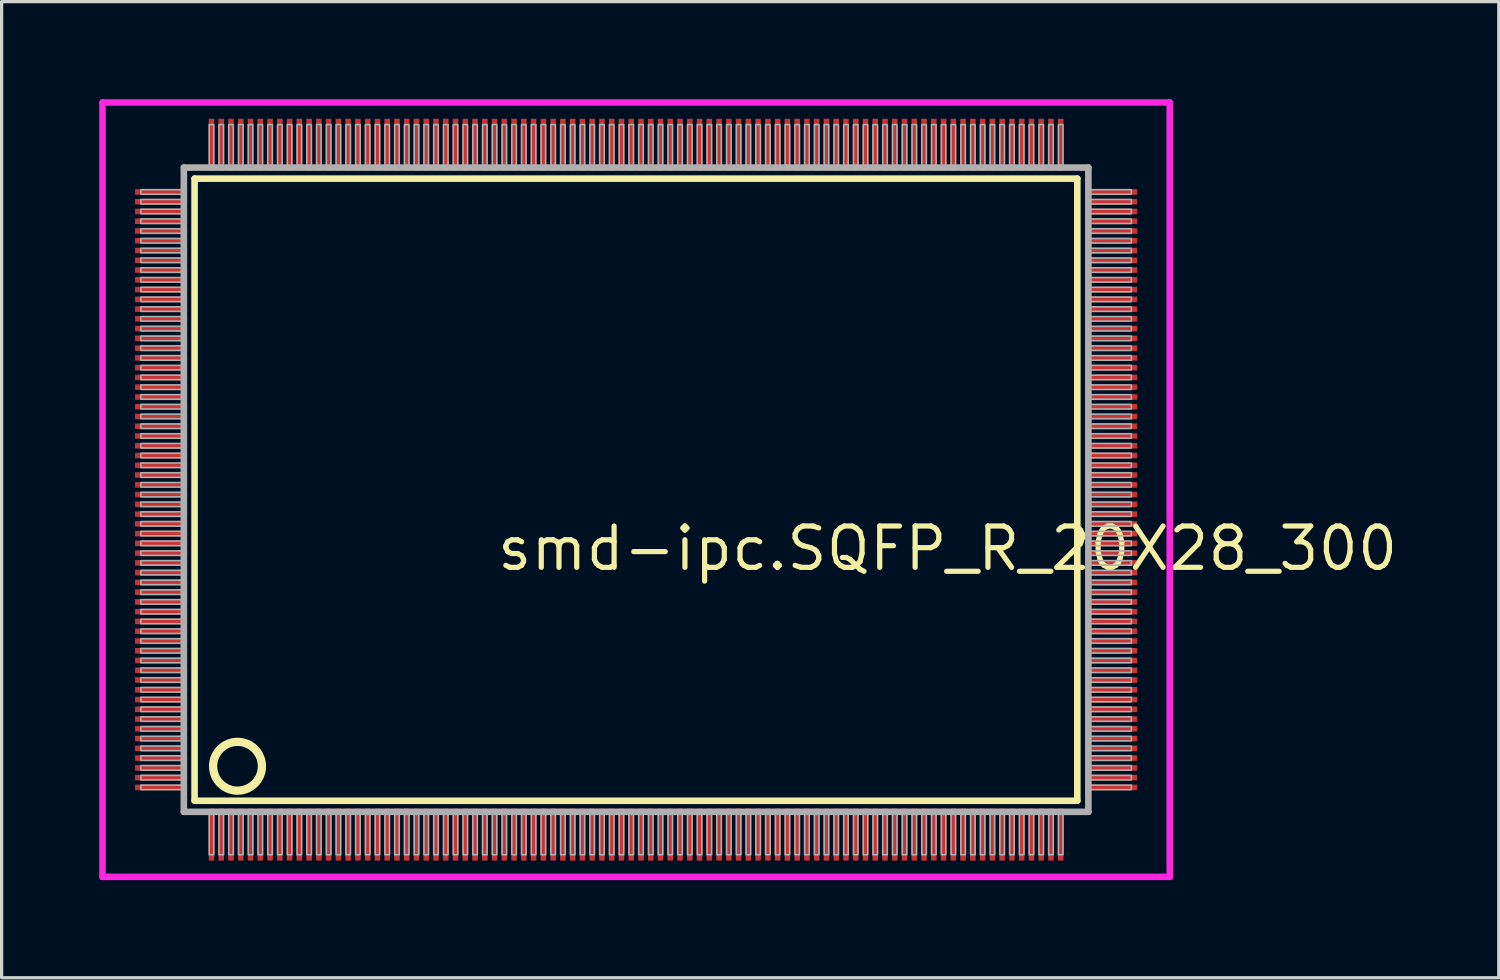
<source format=kicad_pcb>
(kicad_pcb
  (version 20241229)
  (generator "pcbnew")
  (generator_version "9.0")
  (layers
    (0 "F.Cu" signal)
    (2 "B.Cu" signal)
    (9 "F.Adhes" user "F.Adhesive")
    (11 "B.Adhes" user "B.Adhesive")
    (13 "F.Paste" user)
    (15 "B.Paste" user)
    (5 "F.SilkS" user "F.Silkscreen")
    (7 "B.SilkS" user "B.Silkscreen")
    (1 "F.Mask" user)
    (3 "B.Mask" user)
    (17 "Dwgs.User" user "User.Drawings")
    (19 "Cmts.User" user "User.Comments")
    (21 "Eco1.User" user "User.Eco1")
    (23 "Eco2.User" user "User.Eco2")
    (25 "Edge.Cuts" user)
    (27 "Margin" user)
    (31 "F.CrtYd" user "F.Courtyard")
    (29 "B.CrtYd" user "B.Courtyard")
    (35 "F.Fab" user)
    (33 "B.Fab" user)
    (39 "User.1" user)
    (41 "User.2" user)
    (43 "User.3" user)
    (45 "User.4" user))
  (footprint "smd-ipc.SQFP_R_20X28_300"
    (layer "F.Cu")
    (at 16.5 12)
    (property "Reference" "smd-ipc.SQFP_R_20X28_300" (at -4.35 2.55 0) (layer "F.SilkS") (effects (font (size 1.27 1.27) (thickness 0.16)) (justify left bottom)))
    (attr smd)
    (fp_line (start -13.57 -9.56) (end 13.56 -9.56) (stroke (width 0.203) (type default)) (layer "F.SilkS"))
    (fp_line (start -13.57 9.56) (end -13.57 -9.56) (stroke (width 0.203) (type default)) (layer "F.SilkS"))
    (fp_line (start 13.56 -9.56) (end 13.56 9.56) (stroke (width 0.203) (type default)) (layer "F.SilkS"))
    (fp_line (start 13.56 9.56) (end -13.57 9.56) (stroke (width 0.203) (type default)) (layer "F.SilkS"))
    (fp_circle (center -12.25 8.5) (end -11.5 8.5) (stroke (width 0.254) (type default)) (fill no) (layer "F.SilkS"))
    (fp_line (start -16.4 -11.9) (end 16.4 -11.9) (stroke (width 0.2) (type default)) (layer "F.CrtYd"))
    (fp_line (start -16.4 11.9) (end -16.4 -11.9) (stroke (width 0.2) (type default)) (layer "F.CrtYd"))
    (fp_line (start 16.4 -11.9) (end 16.4 11.9) (stroke (width 0.2) (type default)) (layer "F.CrtYd"))
    (fp_line (start 16.4 11.9) (end -16.4 11.9) (stroke (width 0.2) (type default)) (layer "F.CrtYd"))
    (fp_line (start -13.9 -9.9) (end -13.9 9.9) (stroke (width 0.203) (type default)) (layer "F.Fab"))
    (fp_line (start -13.9 9.9) (end 13.9 9.9) (stroke (width 0.203) (type default)) (layer "F.Fab"))
    (fp_line (start 13.9 -9.9) (end -13.9 -9.9) (stroke (width 0.203) (type default)) (layer "F.Fab"))
    (fp_line (start 13.9 9.9) (end 13.9 -9.9) (stroke (width 0.203) (type default)) (layer "F.Fab"))
    (fp_rect (start -15.22 -9.08) (end -13.95 -9.22) (stroke (width 0.05) (type default)) (fill no) (layer "F.Fab"))
    (fp_rect (start -15.22 -8.78) (end -13.95 -8.92) (stroke (width 0.05) (type default)) (fill no) (layer "F.Fab"))
    (fp_rect (start -15.22 -8.48) (end -13.95 -8.62) (stroke (width 0.05) (type default)) (fill no) (layer "F.Fab"))
    (fp_rect (start -15.22 -8.18) (end -13.95 -8.32) (stroke (width 0.05) (type default)) (fill no) (layer "F.Fab"))
    (fp_rect (start -15.22 -7.88) (end -13.95 -8.02) (stroke (width 0.05) (type default)) (fill no) (layer "F.Fab"))
    (fp_rect (start -15.22 -7.58) (end -13.95 -7.72) (stroke (width 0.05) (type default)) (fill no) (layer "F.Fab"))
    (fp_rect (start -15.22 -7.28) (end -13.95 -7.42) (stroke (width 0.05) (type default)) (fill no) (layer "F.Fab"))
    (fp_rect (start -15.22 -6.98) (end -13.95 -7.12) (stroke (width 0.05) (type default)) (fill no) (layer "F.Fab"))
    (fp_rect (start -15.22 -6.68) (end -13.95 -6.82) (stroke (width 0.05) (type default)) (fill no) (layer "F.Fab"))
    (fp_rect (start -15.22 -6.38) (end -13.95 -6.52) (stroke (width 0.05) (type default)) (fill no) (layer "F.Fab"))
    (fp_rect (start -15.22 -6.08) (end -13.95 -6.22) (stroke (width 0.05) (type default)) (fill no) (layer "F.Fab"))
    (fp_rect (start -15.22 -5.78) (end -13.95 -5.92) (stroke (width 0.05) (type default)) (fill no) (layer "F.Fab"))
    (fp_rect (start -15.22 -5.48) (end -13.95 -5.62) (stroke (width 0.05) (type default)) (fill no) (layer "F.Fab"))
    (fp_rect (start -15.22 -5.18) (end -13.95 -5.32) (stroke (width 0.05) (type default)) (fill no) (layer "F.Fab"))
    (fp_rect (start -15.22 -4.88) (end -13.95 -5.02) (stroke (width 0.05) (type default)) (fill no) (layer "F.Fab"))
    (fp_rect (start -15.22 -4.58) (end -13.95 -4.72) (stroke (width 0.05) (type default)) (fill no) (layer "F.Fab"))
    (fp_rect (start -15.22 -4.28) (end -13.95 -4.42) (stroke (width 0.05) (type default)) (fill no) (layer "F.Fab"))
    (fp_rect (start -15.22 -3.98) (end -13.95 -4.12) (stroke (width 0.05) (type default)) (fill no) (layer "F.Fab"))
    (fp_rect (start -15.22 -3.68) (end -13.95 -3.82) (stroke (width 0.05) (type default)) (fill no) (layer "F.Fab"))
    (fp_rect (start -15.22 -3.38) (end -13.95 -3.52) (stroke (width 0.05) (type default)) (fill no) (layer "F.Fab"))
    (fp_rect (start -15.22 -3.08) (end -13.95 -3.22) (stroke (width 0.05) (type default)) (fill no) (layer "F.Fab"))
    (fp_rect (start -15.22 -2.78) (end -13.95 -2.92) (stroke (width 0.05) (type default)) (fill no) (layer "F.Fab"))
    (fp_rect (start -15.22 -2.48) (end -13.95 -2.62) (stroke (width 0.05) (type default)) (fill no) (layer "F.Fab"))
    (fp_rect (start -15.22 -2.18) (end -13.95 -2.32) (stroke (width 0.05) (type default)) (fill no) (layer "F.Fab"))
    (fp_rect (start -15.22 -1.88) (end -13.95 -2.02) (stroke (width 0.05) (type default)) (fill no) (layer "F.Fab"))
    (fp_rect (start -15.22 -1.58) (end -13.95 -1.72) (stroke (width 0.05) (type default)) (fill no) (layer "F.Fab"))
    (fp_rect (start -15.22 -1.28) (end -13.95 -1.42) (stroke (width 0.05) (type default)) (fill no) (layer "F.Fab"))
    (fp_rect (start -15.22 -0.98) (end -13.95 -1.12) (stroke (width 0.05) (type default)) (fill no) (layer "F.Fab"))
    (fp_rect (start -15.22 -0.68) (end -13.95 -0.82) (stroke (width 0.05) (type default)) (fill no) (layer "F.Fab"))
    (fp_rect (start -15.22 -0.38) (end -13.95 -0.52) (stroke (width 0.05) (type default)) (fill no) (layer "F.Fab"))
    (fp_rect (start -15.22 -0.08) (end -13.95 -0.22) (stroke (width 0.05) (type default)) (fill no) (layer "F.Fab"))
    (fp_rect (start -15.22 0.22) (end -13.95 0.08) (stroke (width 0.05) (type default)) (fill no) (layer "F.Fab"))
    (fp_rect (start -15.22 0.52) (end -13.95 0.38) (stroke (width 0.05) (type default)) (fill no) (layer "F.Fab"))
    (fp_rect (start -15.22 0.82) (end -13.95 0.68) (stroke (width 0.05) (type default)) (fill no) (layer "F.Fab"))
    (fp_rect (start -15.22 1.12) (end -13.95 0.98) (stroke (width 0.05) (type default)) (fill no) (layer "F.Fab"))
    (fp_rect (start -15.22 1.42) (end -13.95 1.28) (stroke (width 0.05) (type default)) (fill no) (layer "F.Fab"))
    (fp_rect (start -15.22 1.72) (end -13.95 1.58) (stroke (width 0.05) (type default)) (fill no) (layer "F.Fab"))
    (fp_rect (start -15.22 2.02) (end -13.95 1.88) (stroke (width 0.05) (type default)) (fill no) (layer "F.Fab"))
    (fp_rect (start -15.22 2.32) (end -13.95 2.18) (stroke (width 0.05) (type default)) (fill no) (layer "F.Fab"))
    (fp_rect (start -15.22 2.62) (end -13.95 2.48) (stroke (width 0.05) (type default)) (fill no) (layer "F.Fab"))
    (fp_rect (start -15.22 2.92) (end -13.95 2.78) (stroke (width 0.05) (type default)) (fill no) (layer "F.Fab"))
    (fp_rect (start -15.22 3.22) (end -13.95 3.08) (stroke (width 0.05) (type default)) (fill no) (layer "F.Fab"))
    (fp_rect (start -15.22 3.52) (end -13.95 3.38) (stroke (width 0.05) (type default)) (fill no) (layer "F.Fab"))
    (fp_rect (start -15.22 3.82) (end -13.95 3.68) (stroke (width 0.05) (type default)) (fill no) (layer "F.Fab"))
    (fp_rect (start -15.22 4.12) (end -13.95 3.98) (stroke (width 0.05) (type default)) (fill no) (layer "F.Fab"))
    (fp_rect (start -15.22 4.42) (end -13.95 4.28) (stroke (width 0.05) (type default)) (fill no) (layer "F.Fab"))
    (fp_rect (start -15.22 4.72) (end -13.95 4.58) (stroke (width 0.05) (type default)) (fill no) (layer "F.Fab"))
    (fp_rect (start -15.22 5.02) (end -13.95 4.88) (stroke (width 0.05) (type default)) (fill no) (layer "F.Fab"))
    (fp_rect (start -15.22 5.32) (end -13.95 5.18) (stroke (width 0.05) (type default)) (fill no) (layer "F.Fab"))
    (fp_rect (start -15.22 5.62) (end -13.95 5.48) (stroke (width 0.05) (type default)) (fill no) (layer "F.Fab"))
    (fp_rect (start -15.22 5.92) (end -13.95 5.78) (stroke (width 0.05) (type default)) (fill no) (layer "F.Fab"))
    (fp_rect (start -15.22 6.22) (end -13.95 6.08) (stroke (width 0.05) (type default)) (fill no) (layer "F.Fab"))
    (fp_rect (start -15.22 6.52) (end -13.95 6.38) (stroke (width 0.05) (type default)) (fill no) (layer "F.Fab"))
    (fp_rect (start -15.22 6.82) (end -13.95 6.68) (stroke (width 0.05) (type default)) (fill no) (layer "F.Fab"))
    (fp_rect (start -15.22 7.12) (end -13.95 6.98) (stroke (width 0.05) (type default)) (fill no) (layer "F.Fab"))
    (fp_rect (start -15.22 7.42) (end -13.95 7.28) (stroke (width 0.05) (type default)) (fill no) (layer "F.Fab"))
    (fp_rect (start -15.22 7.72) (end -13.95 7.58) (stroke (width 0.05) (type default)) (fill no) (layer "F.Fab"))
    (fp_rect (start -15.22 8.02) (end -13.95 7.88) (stroke (width 0.05) (type default)) (fill no) (layer "F.Fab"))
    (fp_rect (start -15.22 8.32) (end -13.95 8.18) (stroke (width 0.05) (type default)) (fill no) (layer "F.Fab"))
    (fp_rect (start -15.22 8.62) (end -13.95 8.48) (stroke (width 0.05) (type default)) (fill no) (layer "F.Fab"))
    (fp_rect (start -15.22 8.92) (end -13.95 8.78) (stroke (width 0.05) (type default)) (fill no) (layer "F.Fab"))
    (fp_rect (start -15.22 9.22) (end -13.95 9.08) (stroke (width 0.05) (type default)) (fill no) (layer "F.Fab"))
    (fp_rect (start -13.12 -9.95) (end -12.98 -11.22) (stroke (width 0.05) (type default)) (fill no) (layer "F.Fab"))
    (fp_rect (start -13.12 11.22) (end -12.98 9.95) (stroke (width 0.05) (type default)) (fill no) (layer "F.Fab"))
    (fp_rect (start -12.82 -9.95) (end -12.68 -11.22) (stroke (width 0.05) (type default)) (fill no) (layer "F.Fab"))
    (fp_rect (start -12.82 11.22) (end -12.68 9.95) (stroke (width 0.05) (type default)) (fill no) (layer "F.Fab"))
    (fp_rect (start -12.52 -9.95) (end -12.38 -11.22) (stroke (width 0.05) (type default)) (fill no) (layer "F.Fab"))
    (fp_rect (start -12.52 11.22) (end -12.38 9.95) (stroke (width 0.05) (type default)) (fill no) (layer "F.Fab"))
    (fp_rect (start -12.22 -9.95) (end -12.08 -11.22) (stroke (width 0.05) (type default)) (fill no) (layer "F.Fab"))
    (fp_rect (start -12.22 11.22) (end -12.08 9.95) (stroke (width 0.05) (type default)) (fill no) (layer "F.Fab"))
    (fp_rect (start -11.92 -9.95) (end -11.78 -11.22) (stroke (width 0.05) (type default)) (fill no) (layer "F.Fab"))
    (fp_rect (start -11.92 11.22) (end -11.78 9.95) (stroke (width 0.05) (type default)) (fill no) (layer "F.Fab"))
    (fp_rect (start -11.62 -9.95) (end -11.48 -11.22) (stroke (width 0.05) (type default)) (fill no) (layer "F.Fab"))
    (fp_rect (start -11.62 11.22) (end -11.48 9.95) (stroke (width 0.05) (type default)) (fill no) (layer "F.Fab"))
    (fp_rect (start -11.32 -9.95) (end -11.18 -11.22) (stroke (width 0.05) (type default)) (fill no) (layer "F.Fab"))
    (fp_rect (start -11.32 11.22) (end -11.18 9.95) (stroke (width 0.05) (type default)) (fill no) (layer "F.Fab"))
    (fp_rect (start -11.02 -9.95) (end -10.88 -11.22) (stroke (width 0.05) (type default)) (fill no) (layer "F.Fab"))
    (fp_rect (start -11.02 11.22) (end -10.88 9.95) (stroke (width 0.05) (type default)) (fill no) (layer "F.Fab"))
    (fp_rect (start -10.72 -9.95) (end -10.58 -11.22) (stroke (width 0.05) (type default)) (fill no) (layer "F.Fab"))
    (fp_rect (start -10.72 11.22) (end -10.58 9.95) (stroke (width 0.05) (type default)) (fill no) (layer "F.Fab"))
    (fp_rect (start -10.42 -9.95) (end -10.28 -11.22) (stroke (width 0.05) (type default)) (fill no) (layer "F.Fab"))
    (fp_rect (start -10.42 11.22) (end -10.28 9.95) (stroke (width 0.05) (type default)) (fill no) (layer "F.Fab"))
    (fp_rect (start -10.12 -9.95) (end -9.98 -11.22) (stroke (width 0.05) (type default)) (fill no) (layer "F.Fab"))
    (fp_rect (start -10.12 11.22) (end -9.98 9.95) (stroke (width 0.05) (type default)) (fill no) (layer "F.Fab"))
    (fp_rect (start -9.82 -9.95) (end -9.68 -11.22) (stroke (width 0.05) (type default)) (fill no) (layer "F.Fab"))
    (fp_rect (start -9.82 11.22) (end -9.68 9.95) (stroke (width 0.05) (type default)) (fill no) (layer "F.Fab"))
    (fp_rect (start -9.52 -9.95) (end -9.38 -11.22) (stroke (width 0.05) (type default)) (fill no) (layer "F.Fab"))
    (fp_rect (start -9.52 11.22) (end -9.38 9.95) (stroke (width 0.05) (type default)) (fill no) (layer "F.Fab"))
    (fp_rect (start -9.22 -9.95) (end -9.08 -11.22) (stroke (width 0.05) (type default)) (fill no) (layer "F.Fab"))
    (fp_rect (start -9.22 11.22) (end -9.08 9.95) (stroke (width 0.05) (type default)) (fill no) (layer "F.Fab"))
    (fp_rect (start -8.92 -9.95) (end -8.78 -11.22) (stroke (width 0.05) (type default)) (fill no) (layer "F.Fab"))
    (fp_rect (start -8.92 11.22) (end -8.78 9.95) (stroke (width 0.05) (type default)) (fill no) (layer "F.Fab"))
    (fp_rect (start -8.62 -9.95) (end -8.48 -11.22) (stroke (width 0.05) (type default)) (fill no) (layer "F.Fab"))
    (fp_rect (start -8.62 11.22) (end -8.48 9.95) (stroke (width 0.05) (type default)) (fill no) (layer "F.Fab"))
    (fp_rect (start -8.32 -9.95) (end -8.18 -11.22) (stroke (width 0.05) (type default)) (fill no) (layer "F.Fab"))
    (fp_rect (start -8.32 11.22) (end -8.18 9.95) (stroke (width 0.05) (type default)) (fill no) (layer "F.Fab"))
    (fp_rect (start -8.02 -9.95) (end -7.88 -11.22) (stroke (width 0.05) (type default)) (fill no) (layer "F.Fab"))
    (fp_rect (start -8.02 11.22) (end -7.88 9.95) (stroke (width 0.05) (type default)) (fill no) (layer "F.Fab"))
    (fp_rect (start -7.72 -9.95) (end -7.58 -11.22) (stroke (width 0.05) (type default)) (fill no) (layer "F.Fab"))
    (fp_rect (start -7.72 11.22) (end -7.58 9.95) (stroke (width 0.05) (type default)) (fill no) (layer "F.Fab"))
    (fp_rect (start -7.42 -9.95) (end -7.28 -11.22) (stroke (width 0.05) (type default)) (fill no) (layer "F.Fab"))
    (fp_rect (start -7.42 11.22) (end -7.28 9.95) (stroke (width 0.05) (type default)) (fill no) (layer "F.Fab"))
    (fp_rect (start -7.12 -9.95) (end -6.98 -11.22) (stroke (width 0.05) (type default)) (fill no) (layer "F.Fab"))
    (fp_rect (start -7.12 11.22) (end -6.98 9.95) (stroke (width 0.05) (type default)) (fill no) (layer "F.Fab"))
    (fp_rect (start -6.82 -9.95) (end -6.68 -11.22) (stroke (width 0.05) (type default)) (fill no) (layer "F.Fab"))
    (fp_rect (start -6.82 11.22) (end -6.68 9.95) (stroke (width 0.05) (type default)) (fill no) (layer "F.Fab"))
    (fp_rect (start -6.52 -9.95) (end -6.38 -11.22) (stroke (width 0.05) (type default)) (fill no) (layer "F.Fab"))
    (fp_rect (start -6.52 11.22) (end -6.38 9.95) (stroke (width 0.05) (type default)) (fill no) (layer "F.Fab"))
    (fp_rect (start -6.22 -9.95) (end -6.08 -11.22) (stroke (width 0.05) (type default)) (fill no) (layer "F.Fab"))
    (fp_rect (start -6.22 11.22) (end -6.08 9.95) (stroke (width 0.05) (type default)) (fill no) (layer "F.Fab"))
    (fp_rect (start -5.92 -9.95) (end -5.78 -11.22) (stroke (width 0.05) (type default)) (fill no) (layer "F.Fab"))
    (fp_rect (start -5.92 11.22) (end -5.78 9.95) (stroke (width 0.05) (type default)) (fill no) (layer "F.Fab"))
    (fp_rect (start -5.62 -9.95) (end -5.48 -11.22) (stroke (width 0.05) (type default)) (fill no) (layer "F.Fab"))
    (fp_rect (start -5.62 11.22) (end -5.48 9.95) (stroke (width 0.05) (type default)) (fill no) (layer "F.Fab"))
    (fp_rect (start -5.32 -9.95) (end -5.18 -11.22) (stroke (width 0.05) (type default)) (fill no) (layer "F.Fab"))
    (fp_rect (start -5.32 11.22) (end -5.18 9.95) (stroke (width 0.05) (type default)) (fill no) (layer "F.Fab"))
    (fp_rect (start -5.02 -9.95) (end -4.88 -11.22) (stroke (width 0.05) (type default)) (fill no) (layer "F.Fab"))
    (fp_rect (start -5.02 11.22) (end -4.88 9.95) (stroke (width 0.05) (type default)) (fill no) (layer "F.Fab"))
    (fp_rect (start -4.72 -9.95) (end -4.58 -11.22) (stroke (width 0.05) (type default)) (fill no) (layer "F.Fab"))
    (fp_rect (start -4.72 11.22) (end -4.58 9.95) (stroke (width 0.05) (type default)) (fill no) (layer "F.Fab"))
    (fp_rect (start -4.42 -9.95) (end -4.28 -11.22) (stroke (width 0.05) (type default)) (fill no) (layer "F.Fab"))
    (fp_rect (start -4.42 11.22) (end -4.28 9.95) (stroke (width 0.05) (type default)) (fill no) (layer "F.Fab"))
    (fp_rect (start -4.12 -9.95) (end -3.98 -11.22) (stroke (width 0.05) (type default)) (fill no) (layer "F.Fab"))
    (fp_rect (start -4.12 11.22) (end -3.98 9.95) (stroke (width 0.05) (type default)) (fill no) (layer "F.Fab"))
    (fp_rect (start -3.82 -9.95) (end -3.68 -11.22) (stroke (width 0.05) (type default)) (fill no) (layer "F.Fab"))
    (fp_rect (start -3.82 11.22) (end -3.68 9.95) (stroke (width 0.05) (type default)) (fill no) (layer "F.Fab"))
    (fp_rect (start -3.52 -9.95) (end -3.38 -11.22) (stroke (width 0.05) (type default)) (fill no) (layer "F.Fab"))
    (fp_rect (start -3.52 11.22) (end -3.38 9.95) (stroke (width 0.05) (type default)) (fill no) (layer "F.Fab"))
    (fp_rect (start -3.22 -9.95) (end -3.08 -11.22) (stroke (width 0.05) (type default)) (fill no) (layer "F.Fab"))
    (fp_rect (start -3.22 11.22) (end -3.08 9.95) (stroke (width 0.05) (type default)) (fill no) (layer "F.Fab"))
    (fp_rect (start -2.92 -9.95) (end -2.78 -11.22) (stroke (width 0.05) (type default)) (fill no) (layer "F.Fab"))
    (fp_rect (start -2.92 11.22) (end -2.78 9.95) (stroke (width 0.05) (type default)) (fill no) (layer "F.Fab"))
    (fp_rect (start -2.62 -9.95) (end -2.48 -11.22) (stroke (width 0.05) (type default)) (fill no) (layer "F.Fab"))
    (fp_rect (start -2.62 11.22) (end -2.48 9.95) (stroke (width 0.05) (type default)) (fill no) (layer "F.Fab"))
    (fp_rect (start -2.32 -9.95) (end -2.18 -11.22) (stroke (width 0.05) (type default)) (fill no) (layer "F.Fab"))
    (fp_rect (start -2.32 11.22) (end -2.18 9.95) (stroke (width 0.05) (type default)) (fill no) (layer "F.Fab"))
    (fp_rect (start -2.02 -9.95) (end -1.88 -11.22) (stroke (width 0.05) (type default)) (fill no) (layer "F.Fab"))
    (fp_rect (start -2.02 11.22) (end -1.88 9.95) (stroke (width 0.05) (type default)) (fill no) (layer "F.Fab"))
    (fp_rect (start -1.72 -9.95) (end -1.58 -11.22) (stroke (width 0.05) (type default)) (fill no) (layer "F.Fab"))
    (fp_rect (start -1.72 11.22) (end -1.58 9.95) (stroke (width 0.05) (type default)) (fill no) (layer "F.Fab"))
    (fp_rect (start -1.42 -9.95) (end -1.28 -11.22) (stroke (width 0.05) (type default)) (fill no) (layer "F.Fab"))
    (fp_rect (start -1.42 11.22) (end -1.28 9.95) (stroke (width 0.05) (type default)) (fill no) (layer "F.Fab"))
    (fp_rect (start -1.12 -9.95) (end -0.98 -11.22) (stroke (width 0.05) (type default)) (fill no) (layer "F.Fab"))
    (fp_rect (start -1.12 11.22) (end -0.98 9.95) (stroke (width 0.05) (type default)) (fill no) (layer "F.Fab"))
    (fp_rect (start -0.82 -9.95) (end -0.68 -11.22) (stroke (width 0.05) (type default)) (fill no) (layer "F.Fab"))
    (fp_rect (start -0.82 11.22) (end -0.68 9.95) (stroke (width 0.05) (type default)) (fill no) (layer "F.Fab"))
    (fp_rect (start -0.52 -9.95) (end -0.38 -11.22) (stroke (width 0.05) (type default)) (fill no) (layer "F.Fab"))
    (fp_rect (start -0.52 11.22) (end -0.38 9.95) (stroke (width 0.05) (type default)) (fill no) (layer "F.Fab"))
    (fp_rect (start -0.22 -9.95) (end -0.08 -11.22) (stroke (width 0.05) (type default)) (fill no) (layer "F.Fab"))
    (fp_rect (start -0.22 11.22) (end -0.08 9.95) (stroke (width 0.05) (type default)) (fill no) (layer "F.Fab"))
    (fp_rect (start 0.08 -9.95) (end 0.22 -11.22) (stroke (width 0.05) (type default)) (fill no) (layer "F.Fab"))
    (fp_rect (start 0.08 11.22) (end 0.22 9.95) (stroke (width 0.05) (type default)) (fill no) (layer "F.Fab"))
    (fp_rect (start 0.38 -9.95) (end 0.52 -11.22) (stroke (width 0.05) (type default)) (fill no) (layer "F.Fab"))
    (fp_rect (start 0.38 11.22) (end 0.52 9.95) (stroke (width 0.05) (type default)) (fill no) (layer "F.Fab"))
    (fp_rect (start 0.68 -9.95) (end 0.82 -11.22) (stroke (width 0.05) (type default)) (fill no) (layer "F.Fab"))
    (fp_rect (start 0.68 11.22) (end 0.82 9.95) (stroke (width 0.05) (type default)) (fill no) (layer "F.Fab"))
    (fp_rect (start 0.98 -9.95) (end 1.12 -11.22) (stroke (width 0.05) (type default)) (fill no) (layer "F.Fab"))
    (fp_rect (start 0.98 11.22) (end 1.12 9.95) (stroke (width 0.05) (type default)) (fill no) (layer "F.Fab"))
    (fp_rect (start 1.28 -9.95) (end 1.42 -11.22) (stroke (width 0.05) (type default)) (fill no) (layer "F.Fab"))
    (fp_rect (start 1.28 11.22) (end 1.42 9.95) (stroke (width 0.05) (type default)) (fill no) (layer "F.Fab"))
    (fp_rect (start 1.58 -9.95) (end 1.72 -11.22) (stroke (width 0.05) (type default)) (fill no) (layer "F.Fab"))
    (fp_rect (start 1.58 11.22) (end 1.72 9.95) (stroke (width 0.05) (type default)) (fill no) (layer "F.Fab"))
    (fp_rect (start 1.88 -9.95) (end 2.02 -11.22) (stroke (width 0.05) (type default)) (fill no) (layer "F.Fab"))
    (fp_rect (start 1.88 11.22) (end 2.02 9.95) (stroke (width 0.05) (type default)) (fill no) (layer "F.Fab"))
    (fp_rect (start 2.18 -9.95) (end 2.32 -11.22) (stroke (width 0.05) (type default)) (fill no) (layer "F.Fab"))
    (fp_rect (start 2.18 11.22) (end 2.32 9.95) (stroke (width 0.05) (type default)) (fill no) (layer "F.Fab"))
    (fp_rect (start 2.48 -9.95) (end 2.62 -11.22) (stroke (width 0.05) (type default)) (fill no) (layer "F.Fab"))
    (fp_rect (start 2.48 11.22) (end 2.62 9.95) (stroke (width 0.05) (type default)) (fill no) (layer "F.Fab"))
    (fp_rect (start 2.78 -9.95) (end 2.92 -11.22) (stroke (width 0.05) (type default)) (fill no) (layer "F.Fab"))
    (fp_rect (start 2.78 11.22) (end 2.92 9.95) (stroke (width 0.05) (type default)) (fill no) (layer "F.Fab"))
    (fp_rect (start 3.08 -9.95) (end 3.22 -11.22) (stroke (width 0.05) (type default)) (fill no) (layer "F.Fab"))
    (fp_rect (start 3.08 11.22) (end 3.22 9.95) (stroke (width 0.05) (type default)) (fill no) (layer "F.Fab"))
    (fp_rect (start 3.38 -9.95) (end 3.52 -11.22) (stroke (width 0.05) (type default)) (fill no) (layer "F.Fab"))
    (fp_rect (start 3.38 11.22) (end 3.52 9.95) (stroke (width 0.05) (type default)) (fill no) (layer "F.Fab"))
    (fp_rect (start 3.68 -9.95) (end 3.82 -11.22) (stroke (width 0.05) (type default)) (fill no) (layer "F.Fab"))
    (fp_rect (start 3.68 11.22) (end 3.82 9.95) (stroke (width 0.05) (type default)) (fill no) (layer "F.Fab"))
    (fp_rect (start 3.98 -9.95) (end 4.12 -11.22) (stroke (width 0.05) (type default)) (fill no) (layer "F.Fab"))
    (fp_rect (start 3.98 11.22) (end 4.12 9.95) (stroke (width 0.05) (type default)) (fill no) (layer "F.Fab"))
    (fp_rect (start 4.28 -9.95) (end 4.42 -11.22) (stroke (width 0.05) (type default)) (fill no) (layer "F.Fab"))
    (fp_rect (start 4.28 11.22) (end 4.42 9.95) (stroke (width 0.05) (type default)) (fill no) (layer "F.Fab"))
    (fp_rect (start 4.58 -9.95) (end 4.72 -11.22) (stroke (width 0.05) (type default)) (fill no) (layer "F.Fab"))
    (fp_rect (start 4.58 11.22) (end 4.72 9.95) (stroke (width 0.05) (type default)) (fill no) (layer "F.Fab"))
    (fp_rect (start 4.88 -9.95) (end 5.02 -11.22) (stroke (width 0.05) (type default)) (fill no) (layer "F.Fab"))
    (fp_rect (start 4.88 11.22) (end 5.02 9.95) (stroke (width 0.05) (type default)) (fill no) (layer "F.Fab"))
    (fp_rect (start 5.18 -9.95) (end 5.32 -11.22) (stroke (width 0.05) (type default)) (fill no) (layer "F.Fab"))
    (fp_rect (start 5.18 11.22) (end 5.32 9.95) (stroke (width 0.05) (type default)) (fill no) (layer "F.Fab"))
    (fp_rect (start 5.48 -9.95) (end 5.62 -11.22) (stroke (width 0.05) (type default)) (fill no) (layer "F.Fab"))
    (fp_rect (start 5.48 11.22) (end 5.62 9.95) (stroke (width 0.05) (type default)) (fill no) (layer "F.Fab"))
    (fp_rect (start 5.78 -9.95) (end 5.92 -11.22) (stroke (width 0.05) (type default)) (fill no) (layer "F.Fab"))
    (fp_rect (start 5.78 11.22) (end 5.92 9.95) (stroke (width 0.05) (type default)) (fill no) (layer "F.Fab"))
    (fp_rect (start 6.08 -9.95) (end 6.22 -11.22) (stroke (width 0.05) (type default)) (fill no) (layer "F.Fab"))
    (fp_rect (start 6.08 11.22) (end 6.22 9.95) (stroke (width 0.05) (type default)) (fill no) (layer "F.Fab"))
    (fp_rect (start 6.38 -9.95) (end 6.52 -11.22) (stroke (width 0.05) (type default)) (fill no) (layer "F.Fab"))
    (fp_rect (start 6.38 11.22) (end 6.52 9.95) (stroke (width 0.05) (type default)) (fill no) (layer "F.Fab"))
    (fp_rect (start 6.68 -9.95) (end 6.82 -11.22) (stroke (width 0.05) (type default)) (fill no) (layer "F.Fab"))
    (fp_rect (start 6.68 11.22) (end 6.82 9.95) (stroke (width 0.05) (type default)) (fill no) (layer "F.Fab"))
    (fp_rect (start 6.98 -9.95) (end 7.12 -11.22) (stroke (width 0.05) (type default)) (fill no) (layer "F.Fab"))
    (fp_rect (start 6.98 11.22) (end 7.12 9.95) (stroke (width 0.05) (type default)) (fill no) (layer "F.Fab"))
    (fp_rect (start 7.28 -9.95) (end 7.42 -11.22) (stroke (width 0.05) (type default)) (fill no) (layer "F.Fab"))
    (fp_rect (start 7.28 11.22) (end 7.42 9.95) (stroke (width 0.05) (type default)) (fill no) (layer "F.Fab"))
    (fp_rect (start 7.58 -9.95) (end 7.72 -11.22) (stroke (width 0.05) (type default)) (fill no) (layer "F.Fab"))
    (fp_rect (start 7.58 11.22) (end 7.72 9.95) (stroke (width 0.05) (type default)) (fill no) (layer "F.Fab"))
    (fp_rect (start 7.88 -9.95) (end 8.02 -11.22) (stroke (width 0.05) (type default)) (fill no) (layer "F.Fab"))
    (fp_rect (start 7.88 11.22) (end 8.02 9.95) (stroke (width 0.05) (type default)) (fill no) (layer "F.Fab"))
    (fp_rect (start 8.18 -9.95) (end 8.32 -11.22) (stroke (width 0.05) (type default)) (fill no) (layer "F.Fab"))
    (fp_rect (start 8.18 11.22) (end 8.32 9.95) (stroke (width 0.05) (type default)) (fill no) (layer "F.Fab"))
    (fp_rect (start 8.48 -9.95) (end 8.62 -11.22) (stroke (width 0.05) (type default)) (fill no) (layer "F.Fab"))
    (fp_rect (start 8.48 11.22) (end 8.62 9.95) (stroke (width 0.05) (type default)) (fill no) (layer "F.Fab"))
    (fp_rect (start 8.78 -9.95) (end 8.92 -11.22) (stroke (width 0.05) (type default)) (fill no) (layer "F.Fab"))
    (fp_rect (start 8.78 11.22) (end 8.92 9.95) (stroke (width 0.05) (type default)) (fill no) (layer "F.Fab"))
    (fp_rect (start 9.08 -9.95) (end 9.22 -11.22) (stroke (width 0.05) (type default)) (fill no) (layer "F.Fab"))
    (fp_rect (start 9.08 11.22) (end 9.22 9.95) (stroke (width 0.05) (type default)) (fill no) (layer "F.Fab"))
    (fp_rect (start 9.38 -9.95) (end 9.52 -11.22) (stroke (width 0.05) (type default)) (fill no) (layer "F.Fab"))
    (fp_rect (start 9.38 11.22) (end 9.52 9.95) (stroke (width 0.05) (type default)) (fill no) (layer "F.Fab"))
    (fp_rect (start 9.68 -9.95) (end 9.82 -11.22) (stroke (width 0.05) (type default)) (fill no) (layer "F.Fab"))
    (fp_rect (start 9.68 11.22) (end 9.82 9.95) (stroke (width 0.05) (type default)) (fill no) (layer "F.Fab"))
    (fp_rect (start 9.98 -9.95) (end 10.12 -11.22) (stroke (width 0.05) (type default)) (fill no) (layer "F.Fab"))
    (fp_rect (start 9.98 11.22) (end 10.12 9.95) (stroke (width 0.05) (type default)) (fill no) (layer "F.Fab"))
    (fp_rect (start 10.28 -9.95) (end 10.42 -11.22) (stroke (width 0.05) (type default)) (fill no) (layer "F.Fab"))
    (fp_rect (start 10.28 11.22) (end 10.42 9.95) (stroke (width 0.05) (type default)) (fill no) (layer "F.Fab"))
    (fp_rect (start 10.58 -9.95) (end 10.72 -11.22) (stroke (width 0.05) (type default)) (fill no) (layer "F.Fab"))
    (fp_rect (start 10.58 11.22) (end 10.72 9.95) (stroke (width 0.05) (type default)) (fill no) (layer "F.Fab"))
    (fp_rect (start 10.88 -9.95) (end 11.02 -11.22) (stroke (width 0.05) (type default)) (fill no) (layer "F.Fab"))
    (fp_rect (start 10.88 11.22) (end 11.02 9.95) (stroke (width 0.05) (type default)) (fill no) (layer "F.Fab"))
    (fp_rect (start 11.18 -9.95) (end 11.32 -11.22) (stroke (width 0.05) (type default)) (fill no) (layer "F.Fab"))
    (fp_rect (start 11.18 11.22) (end 11.32 9.95) (stroke (width 0.05) (type default)) (fill no) (layer "F.Fab"))
    (fp_rect (start 11.48 -9.95) (end 11.62 -11.22) (stroke (width 0.05) (type default)) (fill no) (layer "F.Fab"))
    (fp_rect (start 11.48 11.22) (end 11.62 9.95) (stroke (width 0.05) (type default)) (fill no) (layer "F.Fab"))
    (fp_rect (start 11.78 -9.95) (end 11.92 -11.22) (stroke (width 0.05) (type default)) (fill no) (layer "F.Fab"))
    (fp_rect (start 11.78 11.22) (end 11.92 9.95) (stroke (width 0.05) (type default)) (fill no) (layer "F.Fab"))
    (fp_rect (start 12.08 -9.95) (end 12.22 -11.22) (stroke (width 0.05) (type default)) (fill no) (layer "F.Fab"))
    (fp_rect (start 12.08 11.22) (end 12.22 9.95) (stroke (width 0.05) (type default)) (fill no) (layer "F.Fab"))
    (fp_rect (start 12.38 -9.95) (end 12.52 -11.22) (stroke (width 0.05) (type default)) (fill no) (layer "F.Fab"))
    (fp_rect (start 12.38 11.22) (end 12.52 9.95) (stroke (width 0.05) (type default)) (fill no) (layer "F.Fab"))
    (fp_rect (start 12.68 -9.95) (end 12.82 -11.22) (stroke (width 0.05) (type default)) (fill no) (layer "F.Fab"))
    (fp_rect (start 12.68 11.22) (end 12.82 9.95) (stroke (width 0.05) (type default)) (fill no) (layer "F.Fab"))
    (fp_rect (start 12.98 -9.95) (end 13.12 -11.22) (stroke (width 0.05) (type default)) (fill no) (layer "F.Fab"))
    (fp_rect (start 12.98 11.22) (end 13.12 9.95) (stroke (width 0.05) (type default)) (fill no) (layer "F.Fab"))
    (fp_rect (start 13.95 -9.08) (end 15.22 -9.22) (stroke (width 0.05) (type default)) (fill no) (layer "F.Fab"))
    (fp_rect (start 13.95 -8.78) (end 15.22 -8.92) (stroke (width 0.05) (type default)) (fill no) (layer "F.Fab"))
    (fp_rect (start 13.95 -8.48) (end 15.22 -8.62) (stroke (width 0.05) (type default)) (fill no) (layer "F.Fab"))
    (fp_rect (start 13.95 -8.18) (end 15.22 -8.32) (stroke (width 0.05) (type default)) (fill no) (layer "F.Fab"))
    (fp_rect (start 13.95 -7.88) (end 15.22 -8.02) (stroke (width 0.05) (type default)) (fill no) (layer "F.Fab"))
    (fp_rect (start 13.95 -7.58) (end 15.22 -7.72) (stroke (width 0.05) (type default)) (fill no) (layer "F.Fab"))
    (fp_rect (start 13.95 -7.28) (end 15.22 -7.42) (stroke (width 0.05) (type default)) (fill no) (layer "F.Fab"))
    (fp_rect (start 13.95 -6.98) (end 15.22 -7.12) (stroke (width 0.05) (type default)) (fill no) (layer "F.Fab"))
    (fp_rect (start 13.95 -6.68) (end 15.22 -6.82) (stroke (width 0.05) (type default)) (fill no) (layer "F.Fab"))
    (fp_rect (start 13.95 -6.38) (end 15.22 -6.52) (stroke (width 0.05) (type default)) (fill no) (layer "F.Fab"))
    (fp_rect (start 13.95 -6.08) (end 15.22 -6.22) (stroke (width 0.05) (type default)) (fill no) (layer "F.Fab"))
    (fp_rect (start 13.95 -5.78) (end 15.22 -5.92) (stroke (width 0.05) (type default)) (fill no) (layer "F.Fab"))
    (fp_rect (start 13.95 -5.48) (end 15.22 -5.62) (stroke (width 0.05) (type default)) (fill no) (layer "F.Fab"))
    (fp_rect (start 13.95 -5.18) (end 15.22 -5.32) (stroke (width 0.05) (type default)) (fill no) (layer "F.Fab"))
    (fp_rect (start 13.95 -4.88) (end 15.22 -5.02) (stroke (width 0.05) (type default)) (fill no) (layer "F.Fab"))
    (fp_rect (start 13.95 -4.58) (end 15.22 -4.72) (stroke (width 0.05) (type default)) (fill no) (layer "F.Fab"))
    (fp_rect (start 13.95 -4.28) (end 15.22 -4.42) (stroke (width 0.05) (type default)) (fill no) (layer "F.Fab"))
    (fp_rect (start 13.95 -3.98) (end 15.22 -4.12) (stroke (width 0.05) (type default)) (fill no) (layer "F.Fab"))
    (fp_rect (start 13.95 -3.68) (end 15.22 -3.82) (stroke (width 0.05) (type default)) (fill no) (layer "F.Fab"))
    (fp_rect (start 13.95 -3.38) (end 15.22 -3.52) (stroke (width 0.05) (type default)) (fill no) (layer "F.Fab"))
    (fp_rect (start 13.95 -3.08) (end 15.22 -3.22) (stroke (width 0.05) (type default)) (fill no) (layer "F.Fab"))
    (fp_rect (start 13.95 -2.78) (end 15.22 -2.92) (stroke (width 0.05) (type default)) (fill no) (layer "F.Fab"))
    (fp_rect (start 13.95 -2.48) (end 15.22 -2.62) (stroke (width 0.05) (type default)) (fill no) (layer "F.Fab"))
    (fp_rect (start 13.95 -2.18) (end 15.22 -2.32) (stroke (width 0.05) (type default)) (fill no) (layer "F.Fab"))
    (fp_rect (start 13.95 -1.88) (end 15.22 -2.02) (stroke (width 0.05) (type default)) (fill no) (layer "F.Fab"))
    (fp_rect (start 13.95 -1.58) (end 15.22 -1.72) (stroke (width 0.05) (type default)) (fill no) (layer "F.Fab"))
    (fp_rect (start 13.95 -1.28) (end 15.22 -1.42) (stroke (width 0.05) (type default)) (fill no) (layer "F.Fab"))
    (fp_rect (start 13.95 -0.98) (end 15.22 -1.12) (stroke (width 0.05) (type default)) (fill no) (layer "F.Fab"))
    (fp_rect (start 13.95 -0.68) (end 15.22 -0.82) (stroke (width 0.05) (type default)) (fill no) (layer "F.Fab"))
    (fp_rect (start 13.95 -0.38) (end 15.22 -0.52) (stroke (width 0.05) (type default)) (fill no) (layer "F.Fab"))
    (fp_rect (start 13.95 -0.08) (end 15.22 -0.22) (stroke (width 0.05) (type default)) (fill no) (layer "F.Fab"))
    (fp_rect (start 13.95 0.22) (end 15.22 0.08) (stroke (width 0.05) (type default)) (fill no) (layer "F.Fab"))
    (fp_rect (start 13.95 0.52) (end 15.22 0.38) (stroke (width 0.05) (type default)) (fill no) (layer "F.Fab"))
    (fp_rect (start 13.95 0.82) (end 15.22 0.68) (stroke (width 0.05) (type default)) (fill no) (layer "F.Fab"))
    (fp_rect (start 13.95 1.12) (end 15.22 0.98) (stroke (width 0.05) (type default)) (fill no) (layer "F.Fab"))
    (fp_rect (start 13.95 1.42) (end 15.22 1.28) (stroke (width 0.05) (type default)) (fill no) (layer "F.Fab"))
    (fp_rect (start 13.95 1.72) (end 15.22 1.58) (stroke (width 0.05) (type default)) (fill no) (layer "F.Fab"))
    (fp_rect (start 13.95 2.02) (end 15.22 1.88) (stroke (width 0.05) (type default)) (fill no) (layer "F.Fab"))
    (fp_rect (start 13.95 2.32) (end 15.22 2.18) (stroke (width 0.05) (type default)) (fill no) (layer "F.Fab"))
    (fp_rect (start 13.95 2.62) (end 15.22 2.48) (stroke (width 0.05) (type default)) (fill no) (layer "F.Fab"))
    (fp_rect (start 13.95 2.92) (end 15.22 2.78) (stroke (width 0.05) (type default)) (fill no) (layer "F.Fab"))
    (fp_rect (start 13.95 3.22) (end 15.22 3.08) (stroke (width 0.05) (type default)) (fill no) (layer "F.Fab"))
    (fp_rect (start 13.95 3.52) (end 15.22 3.38) (stroke (width 0.05) (type default)) (fill no) (layer "F.Fab"))
    (fp_rect (start 13.95 3.82) (end 15.22 3.68) (stroke (width 0.05) (type default)) (fill no) (layer "F.Fab"))
    (fp_rect (start 13.95 4.12) (end 15.22 3.98) (stroke (width 0.05) (type default)) (fill no) (layer "F.Fab"))
    (fp_rect (start 13.95 4.42) (end 15.22 4.28) (stroke (width 0.05) (type default)) (fill no) (layer "F.Fab"))
    (fp_rect (start 13.95 4.72) (end 15.22 4.58) (stroke (width 0.05) (type default)) (fill no) (layer "F.Fab"))
    (fp_rect (start 13.95 5.02) (end 15.22 4.88) (stroke (width 0.05) (type default)) (fill no) (layer "F.Fab"))
    (fp_rect (start 13.95 5.32) (end 15.22 5.18) (stroke (width 0.05) (type default)) (fill no) (layer "F.Fab"))
    (fp_rect (start 13.95 5.62) (end 15.22 5.48) (stroke (width 0.05) (type default)) (fill no) (layer "F.Fab"))
    (fp_rect (start 13.95 5.92) (end 15.22 5.78) (stroke (width 0.05) (type default)) (fill no) (layer "F.Fab"))
    (fp_rect (start 13.95 6.22) (end 15.22 6.08) (stroke (width 0.05) (type default)) (fill no) (layer "F.Fab"))
    (fp_rect (start 13.95 6.52) (end 15.22 6.38) (stroke (width 0.05) (type default)) (fill no) (layer "F.Fab"))
    (fp_rect (start 13.95 6.82) (end 15.22 6.68) (stroke (width 0.05) (type default)) (fill no) (layer "F.Fab"))
    (fp_rect (start 13.95 7.12) (end 15.22 6.98) (stroke (width 0.05) (type default)) (fill no) (layer "F.Fab"))
    (fp_rect (start 13.95 7.42) (end 15.22 7.28) (stroke (width 0.05) (type default)) (fill no) (layer "F.Fab"))
    (fp_rect (start 13.95 7.72) (end 15.22 7.58) (stroke (width 0.05) (type default)) (fill no) (layer "F.Fab"))
    (fp_rect (start 13.95 8.02) (end 15.22 7.88) (stroke (width 0.05) (type default)) (fill no) (layer "F.Fab"))
    (fp_rect (start 13.95 8.32) (end 15.22 8.18) (stroke (width 0.05) (type default)) (fill no) (layer "F.Fab"))
    (fp_rect (start 13.95 8.62) (end 15.22 8.48) (stroke (width 0.05) (type default)) (fill no) (layer "F.Fab"))
    (fp_rect (start 13.95 8.92) (end 15.22 8.78) (stroke (width 0.05) (type default)) (fill no) (layer "F.Fab"))
    (fp_rect (start 13.95 9.22) (end 15.22 9.08) (stroke (width 0.05) (type default)) (fill no) (layer "F.Fab"))
    (pad "1" smd roundrect (at -13.05 10.6) (size 0.17 1.6) (layers "F.Cu" "F.Mask" "F.Paste") (roundrect_rratio 0.01))
    (pad "2" smd roundrect (at -12.75 10.6) (size 0.17 1.6) (layers "F.Cu" "F.Mask" "F.Paste") (roundrect_rratio 0.01))
    (pad "3" smd roundrect (at -12.45 10.6) (size 0.17 1.6) (layers "F.Cu" "F.Mask" "F.Paste") (roundrect_rratio 0.01))
    (pad "4" smd roundrect (at -12.15 10.6) (size 0.17 1.6) (layers "F.Cu" "F.Mask" "F.Paste") (roundrect_rratio 0.01))
    (pad "5" smd roundrect (at -11.85 10.6) (size 0.17 1.6) (layers "F.Cu" "F.Mask" "F.Paste") (roundrect_rratio 0.01))
    (pad "6" smd roundrect (at -11.55 10.6) (size 0.17 1.6) (layers "F.Cu" "F.Mask" "F.Paste") (roundrect_rratio 0.01))
    (pad "7" smd roundrect (at -11.25 10.6) (size 0.17 1.6) (layers "F.Cu" "F.Mask" "F.Paste") (roundrect_rratio 0.01))
    (pad "8" smd roundrect (at -10.95 10.6) (size 0.17 1.6) (layers "F.Cu" "F.Mask" "F.Paste") (roundrect_rratio 0.01))
    (pad "9" smd roundrect (at -10.65 10.6) (size 0.17 1.6) (layers "F.Cu" "F.Mask" "F.Paste") (roundrect_rratio 0.01))
    (pad "10" smd roundrect (at -10.35 10.6) (size 0.17 1.6) (layers "F.Cu" "F.Mask" "F.Paste") (roundrect_rratio 0.01))
    (pad "11" smd roundrect (at -10.05 10.6) (size 0.17 1.6) (layers "F.Cu" "F.Mask" "F.Paste") (roundrect_rratio 0.01))
    (pad "12" smd roundrect (at -9.75 10.6) (size 0.17 1.6) (layers "F.Cu" "F.Mask" "F.Paste") (roundrect_rratio 0.01))
    (pad "13" smd roundrect (at -9.45 10.6) (size 0.17 1.6) (layers "F.Cu" "F.Mask" "F.Paste") (roundrect_rratio 0.01))
    (pad "14" smd roundrect (at -9.15 10.6) (size 0.17 1.6) (layers "F.Cu" "F.Mask" "F.Paste") (roundrect_rratio 0.01))
    (pad "15" smd roundrect (at -8.85 10.6) (size 0.17 1.6) (layers "F.Cu" "F.Mask" "F.Paste") (roundrect_rratio 0.01))
    (pad "16" smd roundrect (at -8.55 10.6) (size 0.17 1.6) (layers "F.Cu" "F.Mask" "F.Paste") (roundrect_rratio 0.01))
    (pad "17" smd roundrect (at -8.25 10.6) (size 0.17 1.6) (layers "F.Cu" "F.Mask" "F.Paste") (roundrect_rratio 0.01))
    (pad "18" smd roundrect (at -7.95 10.6) (size 0.17 1.6) (layers "F.Cu" "F.Mask" "F.Paste") (roundrect_rratio 0.01))
    (pad "19" smd roundrect (at -7.65 10.6) (size 0.17 1.6) (layers "F.Cu" "F.Mask" "F.Paste") (roundrect_rratio 0.01))
    (pad "20" smd roundrect (at -7.35 10.6) (size 0.17 1.6) (layers "F.Cu" "F.Mask" "F.Paste") (roundrect_rratio 0.01))
    (pad "21" smd roundrect (at -7.05 10.6) (size 0.17 1.6) (layers "F.Cu" "F.Mask" "F.Paste") (roundrect_rratio 0.01))
    (pad "22" smd roundrect (at -6.75 10.6) (size 0.17 1.6) (layers "F.Cu" "F.Mask" "F.Paste") (roundrect_rratio 0.01))
    (pad "23" smd roundrect (at -6.45 10.6) (size 0.17 1.6) (layers "F.Cu" "F.Mask" "F.Paste") (roundrect_rratio 0.01))
    (pad "24" smd roundrect (at -6.15 10.6) (size 0.17 1.6) (layers "F.Cu" "F.Mask" "F.Paste") (roundrect_rratio 0.01))
    (pad "25" smd roundrect (at -5.85 10.6) (size 0.17 1.6) (layers "F.Cu" "F.Mask" "F.Paste") (roundrect_rratio 0.01))
    (pad "26" smd roundrect (at -5.55 10.6) (size 0.17 1.6) (layers "F.Cu" "F.Mask" "F.Paste") (roundrect_rratio 0.01))
    (pad "27" smd roundrect (at -5.25 10.6) (size 0.17 1.6) (layers "F.Cu" "F.Mask" "F.Paste") (roundrect_rratio 0.01))
    (pad "28" smd roundrect (at -4.95 10.6) (size 0.17 1.6) (layers "F.Cu" "F.Mask" "F.Paste") (roundrect_rratio 0.01))
    (pad "29" smd roundrect (at -4.65 10.6) (size 0.17 1.6) (layers "F.Cu" "F.Mask" "F.Paste") (roundrect_rratio 0.01))
    (pad "30" smd roundrect (at -4.35 10.6) (size 0.17 1.6) (layers "F.Cu" "F.Mask" "F.Paste") (roundrect_rratio 0.01))
    (pad "31" smd roundrect (at -4.05 10.6) (size 0.17 1.6) (layers "F.Cu" "F.Mask" "F.Paste") (roundrect_rratio 0.01))
    (pad "32" smd roundrect (at -3.75 10.6) (size 0.17 1.6) (layers "F.Cu" "F.Mask" "F.Paste") (roundrect_rratio 0.01))
    (pad "33" smd roundrect (at -3.45 10.6) (size 0.17 1.6) (layers "F.Cu" "F.Mask" "F.Paste") (roundrect_rratio 0.01))
    (pad "34" smd roundrect (at -3.15 10.6) (size 0.17 1.6) (layers "F.Cu" "F.Mask" "F.Paste") (roundrect_rratio 0.01))
    (pad "35" smd roundrect (at -2.85 10.6) (size 0.17 1.6) (layers "F.Cu" "F.Mask" "F.Paste") (roundrect_rratio 0.01))
    (pad "36" smd roundrect (at -2.55 10.6) (size 0.17 1.6) (layers "F.Cu" "F.Mask" "F.Paste") (roundrect_rratio 0.01))
    (pad "37" smd roundrect (at -2.25 10.6) (size 0.17 1.6) (layers "F.Cu" "F.Mask" "F.Paste") (roundrect_rratio 0.01))
    (pad "38" smd roundrect (at -1.95 10.6) (size 0.17 1.6) (layers "F.Cu" "F.Mask" "F.Paste") (roundrect_rratio 0.01))
    (pad "39" smd roundrect (at -1.65 10.6) (size 0.17 1.6) (layers "F.Cu" "F.Mask" "F.Paste") (roundrect_rratio 0.01))
    (pad "40" smd roundrect (at -1.35 10.6) (size 0.17 1.6) (layers "F.Cu" "F.Mask" "F.Paste") (roundrect_rratio 0.01))
    (pad "41" smd roundrect (at -1.05 10.6) (size 0.17 1.6) (layers "F.Cu" "F.Mask" "F.Paste") (roundrect_rratio 0.01))
    (pad "42" smd roundrect (at -0.75 10.6) (size 0.17 1.6) (layers "F.Cu" "F.Mask" "F.Paste") (roundrect_rratio 0.01))
    (pad "43" smd roundrect (at -0.45 10.6) (size 0.17 1.6) (layers "F.Cu" "F.Mask" "F.Paste") (roundrect_rratio 0.01))
    (pad "44" smd roundrect (at -0.15 10.6) (size 0.17 1.6) (layers "F.Cu" "F.Mask" "F.Paste") (roundrect_rratio 0.01))
    (pad "45" smd roundrect (at 0.15 10.6) (size 0.17 1.6) (layers "F.Cu" "F.Mask" "F.Paste") (roundrect_rratio 0.01))
    (pad "46" smd roundrect (at 0.45 10.6) (size 0.17 1.6) (layers "F.Cu" "F.Mask" "F.Paste") (roundrect_rratio 0.01))
    (pad "47" smd roundrect (at 0.75 10.6) (size 0.17 1.6) (layers "F.Cu" "F.Mask" "F.Paste") (roundrect_rratio 0.01))
    (pad "48" smd roundrect (at 1.05 10.6) (size 0.17 1.6) (layers "F.Cu" "F.Mask" "F.Paste") (roundrect_rratio 0.01))
    (pad "49" smd roundrect (at 1.35 10.6) (size 0.17 1.6) (layers "F.Cu" "F.Mask" "F.Paste") (roundrect_rratio 0.01))
    (pad "50" smd roundrect (at 1.65 10.6) (size 0.17 1.6) (layers "F.Cu" "F.Mask" "F.Paste") (roundrect_rratio 0.01))
    (pad "51" smd roundrect (at 1.95 10.6) (size 0.17 1.6) (layers "F.Cu" "F.Mask" "F.Paste") (roundrect_rratio 0.01))
    (pad "52" smd roundrect (at 2.25 10.6) (size 0.17 1.6) (layers "F.Cu" "F.Mask" "F.Paste") (roundrect_rratio 0.01))
    (pad "53" smd roundrect (at 2.55 10.6) (size 0.17 1.6) (layers "F.Cu" "F.Mask" "F.Paste") (roundrect_rratio 0.01))
    (pad "54" smd roundrect (at 2.85 10.6) (size 0.17 1.6) (layers "F.Cu" "F.Mask" "F.Paste") (roundrect_rratio 0.01))
    (pad "55" smd roundrect (at 3.15 10.6) (size 0.17 1.6) (layers "F.Cu" "F.Mask" "F.Paste") (roundrect_rratio 0.01))
    (pad "56" smd roundrect (at 3.45 10.6) (size 0.17 1.6) (layers "F.Cu" "F.Mask" "F.Paste") (roundrect_rratio 0.01))
    (pad "57" smd roundrect (at 3.75 10.6) (size 0.17 1.6) (layers "F.Cu" "F.Mask" "F.Paste") (roundrect_rratio 0.01))
    (pad "58" smd roundrect (at 4.05 10.6) (size 0.17 1.6) (layers "F.Cu" "F.Mask" "F.Paste") (roundrect_rratio 0.01))
    (pad "59" smd roundrect (at 4.35 10.6) (size 0.17 1.6) (layers "F.Cu" "F.Mask" "F.Paste") (roundrect_rratio 0.01))
    (pad "60" smd roundrect (at 4.65 10.6) (size 0.17 1.6) (layers "F.Cu" "F.Mask" "F.Paste") (roundrect_rratio 0.01))
    (pad "61" smd roundrect (at 4.95 10.6) (size 0.17 1.6) (layers "F.Cu" "F.Mask" "F.Paste") (roundrect_rratio 0.01))
    (pad "62" smd roundrect (at 5.25 10.6) (size 0.17 1.6) (layers "F.Cu" "F.Mask" "F.Paste") (roundrect_rratio 0.01))
    (pad "63" smd roundrect (at 5.55 10.6) (size 0.17 1.6) (layers "F.Cu" "F.Mask" "F.Paste") (roundrect_rratio 0.01))
    (pad "64" smd roundrect (at 5.85 10.6) (size 0.17 1.6) (layers "F.Cu" "F.Mask" "F.Paste") (roundrect_rratio 0.01))
    (pad "65" smd roundrect (at 6.15 10.6) (size 0.17 1.6) (layers "F.Cu" "F.Mask" "F.Paste") (roundrect_rratio 0.01))
    (pad "66" smd roundrect (at 6.45 10.6) (size 0.17 1.6) (layers "F.Cu" "F.Mask" "F.Paste") (roundrect_rratio 0.01))
    (pad "67" smd roundrect (at 6.75 10.6) (size 0.17 1.6) (layers "F.Cu" "F.Mask" "F.Paste") (roundrect_rratio 0.01))
    (pad "68" smd roundrect (at 7.05 10.6) (size 0.17 1.6) (layers "F.Cu" "F.Mask" "F.Paste") (roundrect_rratio 0.01))
    (pad "69" smd roundrect (at 11.55 10.6) (size 0.17 1.6) (layers "F.Cu" "F.Mask" "F.Paste") (roundrect_rratio 0.01))
    (pad "70" smd roundrect (at 7.35 10.6) (size 0.17 1.6) (layers "F.Cu" "F.Mask" "F.Paste") (roundrect_rratio 0.01))
    (pad "71" smd roundrect (at 7.65 10.6) (size 0.17 1.6) (layers "F.Cu" "F.Mask" "F.Paste") (roundrect_rratio 0.01))
    (pad "72" smd roundrect (at 7.95 10.6) (size 0.17 1.6) (layers "F.Cu" "F.Mask" "F.Paste") (roundrect_rratio 0.01))
    (pad "73" smd roundrect (at 8.25 10.6) (size 0.17 1.6) (layers "F.Cu" "F.Mask" "F.Paste") (roundrect_rratio 0.01))
    (pad "74" smd roundrect (at 8.55 10.6) (size 0.17 1.6) (layers "F.Cu" "F.Mask" "F.Paste") (roundrect_rratio 0.01))
    (pad "75" smd roundrect (at 8.85 10.6) (size 0.17 1.6) (layers "F.Cu" "F.Mask" "F.Paste") (roundrect_rratio 0.01))
    (pad "76" smd roundrect (at 9.15 10.6) (size 0.17 1.6) (layers "F.Cu" "F.Mask" "F.Paste") (roundrect_rratio 0.01))
    (pad "77" smd roundrect (at 9.45 10.6) (size 0.17 1.6) (layers "F.Cu" "F.Mask" "F.Paste") (roundrect_rratio 0.01))
    (pad "78" smd roundrect (at 9.75 10.6) (size 0.17 1.6) (layers "F.Cu" "F.Mask" "F.Paste") (roundrect_rratio 0.01))
    (pad "79" smd roundrect (at 10.05 10.6) (size 0.17 1.6) (layers "F.Cu" "F.Mask" "F.Paste") (roundrect_rratio 0.01))
    (pad "80" smd roundrect (at 10.35 10.6) (size 0.17 1.6) (layers "F.Cu" "F.Mask" "F.Paste") (roundrect_rratio 0.01))
    (pad "81" smd roundrect (at 10.65 10.6) (size 0.17 1.6) (layers "F.Cu" "F.Mask" "F.Paste") (roundrect_rratio 0.01))
    (pad "82" smd roundrect (at 10.95 10.6) (size 0.17 1.6) (layers "F.Cu" "F.Mask" "F.Paste") (roundrect_rratio 0.01))
    (pad "83" smd roundrect (at 11.25 10.6) (size 0.17 1.6) (layers "F.Cu" "F.Mask" "F.Paste") (roundrect_rratio 0.01))
    (pad "84" smd roundrect (at 11.85 10.6) (size 0.17 1.6) (layers "F.Cu" "F.Mask" "F.Paste") (roundrect_rratio 0.01))
    (pad "85" smd roundrect (at 12.15 10.6) (size 0.17 1.6) (layers "F.Cu" "F.Mask" "F.Paste") (roundrect_rratio 0.01))
    (pad "86" smd roundrect (at 12.45 10.6) (size 0.17 1.6) (layers "F.Cu" "F.Mask" "F.Paste") (roundrect_rratio 0.01))
    (pad "87" smd roundrect (at 12.75 10.6) (size 0.17 1.6) (layers "F.Cu" "F.Mask" "F.Paste") (roundrect_rratio 0.01))
    (pad "88" smd roundrect (at 13.05 10.6) (size 0.17 1.6) (layers "F.Cu" "F.Mask" "F.Paste") (roundrect_rratio 0.01))
    (pad "89" smd roundrect (at 14.6 9.15) (size 1.6 0.17) (layers "F.Cu" "F.Mask" "F.Paste") (roundrect_rratio 0.01))
    (pad "90" smd roundrect (at 14.6 8.85) (size 1.6 0.17) (layers "F.Cu" "F.Mask" "F.Paste") (roundrect_rratio 0.01))
    (pad "91" smd roundrect (at 14.6 8.55) (size 1.6 0.17) (layers "F.Cu" "F.Mask" "F.Paste") (roundrect_rratio 0.01))
    (pad "92" smd roundrect (at 14.6 8.25) (size 1.6 0.17) (layers "F.Cu" "F.Mask" "F.Paste") (roundrect_rratio 0.01))
    (pad "93" smd roundrect (at 14.6 7.95) (size 1.6 0.17) (layers "F.Cu" "F.Mask" "F.Paste") (roundrect_rratio 0.01))
    (pad "94" smd roundrect (at 14.6 7.65) (size 1.6 0.17) (layers "F.Cu" "F.Mask" "F.Paste") (roundrect_rratio 0.01))
    (pad "95" smd roundrect (at 14.6 7.35) (size 1.6 0.17) (layers "F.Cu" "F.Mask" "F.Paste") (roundrect_rratio 0.01))
    (pad "96" smd roundrect (at 14.6 7.05) (size 1.6 0.17) (layers "F.Cu" "F.Mask" "F.Paste") (roundrect_rratio 0.01))
    (pad "97" smd roundrect (at 14.6 6.75) (size 1.6 0.17) (layers "F.Cu" "F.Mask" "F.Paste") (roundrect_rratio 0.01))
    (pad "98" smd roundrect (at 14.6 6.45) (size 1.6 0.17) (layers "F.Cu" "F.Mask" "F.Paste") (roundrect_rratio 0.01))
    (pad "99" smd roundrect (at 14.6 6.15) (size 1.6 0.17) (layers "F.Cu" "F.Mask" "F.Paste") (roundrect_rratio 0.01))
    (pad "100" smd roundrect (at 14.6 5.85) (size 1.6 0.17) (layers "F.Cu" "F.Mask" "F.Paste") (roundrect_rratio 0.01))
    (pad "101" smd roundrect (at 14.6 5.55) (size 1.6 0.17) (layers "F.Cu" "F.Mask" "F.Paste") (roundrect_rratio 0.01))
    (pad "102" smd roundrect (at 14.6 5.25) (size 1.6 0.17) (layers "F.Cu" "F.Mask" "F.Paste") (roundrect_rratio 0.01))
    (pad "103" smd roundrect (at 14.6 4.95) (size 1.6 0.17) (layers "F.Cu" "F.Mask" "F.Paste") (roundrect_rratio 0.01))
    (pad "104" smd roundrect (at 14.6 4.65) (size 1.6 0.17) (layers "F.Cu" "F.Mask" "F.Paste") (roundrect_rratio 0.01))
    (pad "105" smd roundrect (at 14.6 4.35) (size 1.6 0.17) (layers "F.Cu" "F.Mask" "F.Paste") (roundrect_rratio 0.01))
    (pad "106" smd roundrect (at 14.6 4.05) (size 1.6 0.17) (layers "F.Cu" "F.Mask" "F.Paste") (roundrect_rratio 0.01))
    (pad "107" smd roundrect (at 14.6 3.75) (size 1.6 0.17) (layers "F.Cu" "F.Mask" "F.Paste") (roundrect_rratio 0.01))
    (pad "108" smd roundrect (at 14.6 3.45) (size 1.6 0.17) (layers "F.Cu" "F.Mask" "F.Paste") (roundrect_rratio 0.01))
    (pad "109" smd roundrect (at 14.6 3.15) (size 1.6 0.17) (layers "F.Cu" "F.Mask" "F.Paste") (roundrect_rratio 0.01))
    (pad "110" smd roundrect (at 14.6 2.85) (size 1.6 0.17) (layers "F.Cu" "F.Mask" "F.Paste") (roundrect_rratio 0.01))
    (pad "111" smd roundrect (at 14.6 2.55) (size 1.6 0.17) (layers "F.Cu" "F.Mask" "F.Paste") (roundrect_rratio 0.01))
    (pad "112" smd roundrect (at 14.6 2.25) (size 1.6 0.17) (layers "F.Cu" "F.Mask" "F.Paste") (roundrect_rratio 0.01))
    (pad "113" smd roundrect (at 14.6 1.95) (size 1.6 0.17) (layers "F.Cu" "F.Mask" "F.Paste") (roundrect_rratio 0.01))
    (pad "114" smd roundrect (at 14.6 1.65) (size 1.6 0.17) (layers "F.Cu" "F.Mask" "F.Paste") (roundrect_rratio 0.01))
    (pad "115" smd roundrect (at 14.6 1.35) (size 1.6 0.17) (layers "F.Cu" "F.Mask" "F.Paste") (roundrect_rratio 0.01))
    (pad "116" smd roundrect (at 14.6 1.05) (size 1.6 0.17) (layers "F.Cu" "F.Mask" "F.Paste") (roundrect_rratio 0.01))
    (pad "117" smd roundrect (at 14.6 0.75) (size 1.6 0.17) (layers "F.Cu" "F.Mask" "F.Paste") (roundrect_rratio 0.01))
    (pad "118" smd roundrect (at 14.6 0.45) (size 1.6 0.17) (layers "F.Cu" "F.Mask" "F.Paste") (roundrect_rratio 0.01))
    (pad "119" smd roundrect (at 14.6 0.15) (size 1.6 0.17) (layers "F.Cu" "F.Mask" "F.Paste") (roundrect_rratio 0.01))
    (pad "120" smd roundrect (at 14.6 -0.15) (size 1.6 0.17) (layers "F.Cu" "F.Mask" "F.Paste") (roundrect_rratio 0.01))
    (pad "121" smd roundrect (at 14.6 -0.45) (size 1.6 0.17) (layers "F.Cu" "F.Mask" "F.Paste") (roundrect_rratio 0.01))
    (pad "122" smd roundrect (at 14.6 -0.75) (size 1.6 0.17) (layers "F.Cu" "F.Mask" "F.Paste") (roundrect_rratio 0.01))
    (pad "123" smd roundrect (at 14.6 -1.05) (size 1.6 0.17) (layers "F.Cu" "F.Mask" "F.Paste") (roundrect_rratio 0.01))
    (pad "124" smd roundrect (at 14.6 -1.35) (size 1.6 0.17) (layers "F.Cu" "F.Mask" "F.Paste") (roundrect_rratio 0.01))
    (pad "125" smd roundrect (at 14.6 -1.65) (size 1.6 0.17) (layers "F.Cu" "F.Mask" "F.Paste") (roundrect_rratio 0.01))
    (pad "126" smd roundrect (at 14.6 -1.95) (size 1.6 0.17) (layers "F.Cu" "F.Mask" "F.Paste") (roundrect_rratio 0.01))
    (pad "127" smd roundrect (at 14.6 -2.25) (size 1.6 0.17) (layers "F.Cu" "F.Mask" "F.Paste") (roundrect_rratio 0.01))
    (pad "128" smd roundrect (at 14.6 -2.55) (size 1.6 0.17) (layers "F.Cu" "F.Mask" "F.Paste") (roundrect_rratio 0.01))
    (pad "129" smd roundrect (at 14.6 -2.85) (size 1.6 0.17) (layers "F.Cu" "F.Mask" "F.Paste") (roundrect_rratio 0.01))
    (pad "130" smd roundrect (at 14.6 -3.15) (size 1.6 0.17) (layers "F.Cu" "F.Mask" "F.Paste") (roundrect_rratio 0.01))
    (pad "131" smd roundrect (at 14.6 -3.45) (size 1.6 0.17) (layers "F.Cu" "F.Mask" "F.Paste") (roundrect_rratio 0.01))
    (pad "132" smd roundrect (at 14.6 -3.75) (size 1.6 0.17) (layers "F.Cu" "F.Mask" "F.Paste") (roundrect_rratio 0.01))
    (pad "133" smd roundrect (at 14.6 -4.05) (size 1.6 0.17) (layers "F.Cu" "F.Mask" "F.Paste") (roundrect_rratio 0.01))
    (pad "134" smd roundrect (at 14.6 -4.35) (size 1.6 0.17) (layers "F.Cu" "F.Mask" "F.Paste") (roundrect_rratio 0.01))
    (pad "135" smd roundrect (at 14.6 -4.65) (size 1.6 0.17) (layers "F.Cu" "F.Mask" "F.Paste") (roundrect_rratio 0.01))
    (pad "136" smd roundrect (at 14.6 -4.95) (size 1.6 0.17) (layers "F.Cu" "F.Mask" "F.Paste") (roundrect_rratio 0.01))
    (pad "137" smd roundrect (at 14.6 -5.25) (size 1.6 0.17) (layers "F.Cu" "F.Mask" "F.Paste") (roundrect_rratio 0.01))
    (pad "138" smd roundrect (at 14.6 -5.55) (size 1.6 0.17) (layers "F.Cu" "F.Mask" "F.Paste") (roundrect_rratio 0.01))
    (pad "139" smd roundrect (at 14.6 -5.85) (size 1.6 0.17) (layers "F.Cu" "F.Mask" "F.Paste") (roundrect_rratio 0.01))
    (pad "140" smd roundrect (at 14.6 -6.15) (size 1.6 0.17) (layers "F.Cu" "F.Mask" "F.Paste") (roundrect_rratio 0.01))
    (pad "141" smd roundrect (at 14.6 -6.45) (size 1.6 0.17) (layers "F.Cu" "F.Mask" "F.Paste") (roundrect_rratio 0.01))
    (pad "142" smd roundrect (at 14.6 -6.75) (size 1.6 0.17) (layers "F.Cu" "F.Mask" "F.Paste") (roundrect_rratio 0.01))
    (pad "143" smd roundrect (at 14.6 -7.05) (size 1.6 0.17) (layers "F.Cu" "F.Mask" "F.Paste") (roundrect_rratio 0.01))
    (pad "144" smd roundrect (at 14.6 -7.35) (size 1.6 0.17) (layers "F.Cu" "F.Mask" "F.Paste") (roundrect_rratio 0.01))
    (pad "145" smd roundrect (at 14.6 -7.65) (size 1.6 0.17) (layers "F.Cu" "F.Mask" "F.Paste") (roundrect_rratio 0.01))
    (pad "146" smd roundrect (at 14.6 -7.95) (size 1.6 0.17) (layers "F.Cu" "F.Mask" "F.Paste") (roundrect_rratio 0.01))
    (pad "147" smd roundrect (at 14.6 -8.25) (size 1.6 0.17) (layers "F.Cu" "F.Mask" "F.Paste") (roundrect_rratio 0.01))
    (pad "148" smd roundrect (at 14.6 -8.55) (size 1.6 0.17) (layers "F.Cu" "F.Mask" "F.Paste") (roundrect_rratio 0.01))
    (pad "149" smd roundrect (at 14.6 -8.85) (size 1.6 0.17) (layers "F.Cu" "F.Mask" "F.Paste") (roundrect_rratio 0.01))
    (pad "150" smd roundrect (at 14.6 -9.15) (size 1.6 0.17) (layers "F.Cu" "F.Mask" "F.Paste") (roundrect_rratio 0.01))
    (pad "151" smd roundrect (at 13.05 -10.6) (size 0.17 1.6) (layers "F.Cu" "F.Mask" "F.Paste") (roundrect_rratio 0.01))
    (pad "152" smd roundrect (at 12.75 -10.6) (size 0.17 1.6) (layers "F.Cu" "F.Mask" "F.Paste") (roundrect_rratio 0.01))
    (pad "153" smd roundrect (at 12.45 -10.6) (size 0.17 1.6) (layers "F.Cu" "F.Mask" "F.Paste") (roundrect_rratio 0.01))
    (pad "154" smd roundrect (at 12.15 -10.6) (size 0.17 1.6) (layers "F.Cu" "F.Mask" "F.Paste") (roundrect_rratio 0.01))
    (pad "155" smd roundrect (at 11.85 -10.6) (size 0.17 1.6) (layers "F.Cu" "F.Mask" "F.Paste") (roundrect_rratio 0.01))
    (pad "156" smd roundrect (at 11.55 -10.6) (size 0.17 1.6) (layers "F.Cu" "F.Mask" "F.Paste") (roundrect_rratio 0.01))
    (pad "157" smd roundrect (at 11.25 -10.6) (size 0.17 1.6) (layers "F.Cu" "F.Mask" "F.Paste") (roundrect_rratio 0.01))
    (pad "158" smd roundrect (at 10.95 -10.6) (size 0.17 1.6) (layers "F.Cu" "F.Mask" "F.Paste") (roundrect_rratio 0.01))
    (pad "159" smd roundrect (at 10.65 -10.6) (size 0.17 1.6) (layers "F.Cu" "F.Mask" "F.Paste") (roundrect_rratio 0.01))
    (pad "160" smd roundrect (at 10.35 -10.6) (size 0.17 1.6) (layers "F.Cu" "F.Mask" "F.Paste") (roundrect_rratio 0.01))
    (pad "161" smd roundrect (at 10.05 -10.6) (size 0.17 1.6) (layers "F.Cu" "F.Mask" "F.Paste") (roundrect_rratio 0.01))
    (pad "162" smd roundrect (at 9.75 -10.6) (size 0.17 1.6) (layers "F.Cu" "F.Mask" "F.Paste") (roundrect_rratio 0.01))
    (pad "163" smd roundrect (at 9.45 -10.6) (size 0.17 1.6) (layers "F.Cu" "F.Mask" "F.Paste") (roundrect_rratio 0.01))
    (pad "164" smd roundrect (at 9.15 -10.6) (size 0.17 1.6) (layers "F.Cu" "F.Mask" "F.Paste") (roundrect_rratio 0.01))
    (pad "165" smd roundrect (at 8.85 -10.6) (size 0.17 1.6) (layers "F.Cu" "F.Mask" "F.Paste") (roundrect_rratio 0.01))
    (pad "166" smd roundrect (at 8.55 -10.6) (size 0.17 1.6) (layers "F.Cu" "F.Mask" "F.Paste") (roundrect_rratio 0.01))
    (pad "167" smd roundrect (at 8.25 -10.6) (size 0.17 1.6) (layers "F.Cu" "F.Mask" "F.Paste") (roundrect_rratio 0.01))
    (pad "168" smd roundrect (at 7.95 -10.6) (size 0.17 1.6) (layers "F.Cu" "F.Mask" "F.Paste") (roundrect_rratio 0.01))
    (pad "169" smd roundrect (at 7.65 -10.6) (size 0.17 1.6) (layers "F.Cu" "F.Mask" "F.Paste") (roundrect_rratio 0.01))
    (pad "170" smd roundrect (at 7.35 -10.6) (size 0.17 1.6) (layers "F.Cu" "F.Mask" "F.Paste") (roundrect_rratio 0.01))
    (pad "171" smd roundrect (at 7.05 -10.6) (size 0.17 1.6) (layers "F.Cu" "F.Mask" "F.Paste") (roundrect_rratio 0.01))
    (pad "172" smd roundrect (at 6.75 -10.6) (size 0.17 1.6) (layers "F.Cu" "F.Mask" "F.Paste") (roundrect_rratio 0.01))
    (pad "173" smd roundrect (at 6.45 -10.6) (size 0.17 1.6) (layers "F.Cu" "F.Mask" "F.Paste") (roundrect_rratio 0.01))
    (pad "174" smd roundrect (at 6.15 -10.6) (size 0.17 1.6) (layers "F.Cu" "F.Mask" "F.Paste") (roundrect_rratio 0.01))
    (pad "175" smd roundrect (at 5.85 -10.6) (size 0.17 1.6) (layers "F.Cu" "F.Mask" "F.Paste") (roundrect_rratio 0.01))
    (pad "176" smd roundrect (at 5.55 -10.6) (size 0.17 1.6) (layers "F.Cu" "F.Mask" "F.Paste") (roundrect_rratio 0.01))
    (pad "177" smd roundrect (at 5.25 -10.6) (size 0.17 1.6) (layers "F.Cu" "F.Mask" "F.Paste") (roundrect_rratio 0.01))
    (pad "178" smd roundrect (at 4.95 -10.6) (size 0.17 1.6) (layers "F.Cu" "F.Mask" "F.Paste") (roundrect_rratio 0.01))
    (pad "179" smd roundrect (at 4.65 -10.6) (size 0.17 1.6) (layers "F.Cu" "F.Mask" "F.Paste") (roundrect_rratio 0.01))
    (pad "180" smd roundrect (at 4.35 -10.6) (size 0.17 1.6) (layers "F.Cu" "F.Mask" "F.Paste") (roundrect_rratio 0.01))
    (pad "181" smd roundrect (at 4.05 -10.6) (size 0.17 1.6) (layers "F.Cu" "F.Mask" "F.Paste") (roundrect_rratio 0.01))
    (pad "182" smd roundrect (at 3.75 -10.6) (size 0.17 1.6) (layers "F.Cu" "F.Mask" "F.Paste") (roundrect_rratio 0.01))
    (pad "183" smd roundrect (at 3.45 -10.6) (size 0.17 1.6) (layers "F.Cu" "F.Mask" "F.Paste") (roundrect_rratio 0.01))
    (pad "184" smd roundrect (at 3.15 -10.6) (size 0.17 1.6) (layers "F.Cu" "F.Mask" "F.Paste") (roundrect_rratio 0.01))
    (pad "185" smd roundrect (at 2.85 -10.6) (size 0.17 1.6) (layers "F.Cu" "F.Mask" "F.Paste") (roundrect_rratio 0.01))
    (pad "186" smd roundrect (at 2.55 -10.6) (size 0.17 1.6) (layers "F.Cu" "F.Mask" "F.Paste") (roundrect_rratio 0.01))
    (pad "187" smd roundrect (at 2.25 -10.6) (size 0.17 1.6) (layers "F.Cu" "F.Mask" "F.Paste") (roundrect_rratio 0.01))
    (pad "188" smd roundrect (at 1.95 -10.6) (size 0.17 1.6) (layers "F.Cu" "F.Mask" "F.Paste") (roundrect_rratio 0.01))
    (pad "189" smd roundrect (at 1.65 -10.6) (size 0.17 1.6) (layers "F.Cu" "F.Mask" "F.Paste") (roundrect_rratio 0.01))
    (pad "190" smd roundrect (at 1.35 -10.6) (size 0.17 1.6) (layers "F.Cu" "F.Mask" "F.Paste") (roundrect_rratio 0.01))
    (pad "191" smd roundrect (at 1.05 -10.6) (size 0.17 1.6) (layers "F.Cu" "F.Mask" "F.Paste") (roundrect_rratio 0.01))
    (pad "192" smd roundrect (at 0.75 -10.6) (size 0.17 1.6) (layers "F.Cu" "F.Mask" "F.Paste") (roundrect_rratio 0.01))
    (pad "193" smd roundrect (at 0.45 -10.6) (size 0.17 1.6) (layers "F.Cu" "F.Mask" "F.Paste") (roundrect_rratio 0.01))
    (pad "194" smd roundrect (at 0.15 -10.6) (size 0.17 1.6) (layers "F.Cu" "F.Mask" "F.Paste") (roundrect_rratio 0.01))
    (pad "195" smd roundrect (at -0.15 -10.6) (size 0.17 1.6) (layers "F.Cu" "F.Mask" "F.Paste") (roundrect_rratio 0.01))
    (pad "196" smd roundrect (at -0.45 -10.6) (size 0.17 1.6) (layers "F.Cu" "F.Mask" "F.Paste") (roundrect_rratio 0.01))
    (pad "197" smd roundrect (at -0.75 -10.6) (size 0.17 1.6) (layers "F.Cu" "F.Mask" "F.Paste") (roundrect_rratio 0.01))
    (pad "198" smd roundrect (at -1.05 -10.6) (size 0.17 1.6) (layers "F.Cu" "F.Mask" "F.Paste") (roundrect_rratio 0.01))
    (pad "199" smd roundrect (at -1.35 -10.6) (size 0.17 1.6) (layers "F.Cu" "F.Mask" "F.Paste") (roundrect_rratio 0.01))
    (pad "200" smd roundrect (at -1.65 -10.6) (size 0.17 1.6) (layers "F.Cu" "F.Mask" "F.Paste") (roundrect_rratio 0.01))
    (pad "201" smd roundrect (at -1.95 -10.6) (size 0.17 1.6) (layers "F.Cu" "F.Mask" "F.Paste") (roundrect_rratio 0.01))
    (pad "202" smd roundrect (at -2.25 -10.6) (size 0.17 1.6) (layers "F.Cu" "F.Mask" "F.Paste") (roundrect_rratio 0.01))
    (pad "203" smd roundrect (at -2.55 -10.6) (size 0.17 1.6) (layers "F.Cu" "F.Mask" "F.Paste") (roundrect_rratio 0.01))
    (pad "204" smd roundrect (at -2.85 -10.6) (size 0.17 1.6) (layers "F.Cu" "F.Mask" "F.Paste") (roundrect_rratio 0.01))
    (pad "205" smd roundrect (at -3.15 -10.6) (size 0.17 1.6) (layers "F.Cu" "F.Mask" "F.Paste") (roundrect_rratio 0.01))
    (pad "206" smd roundrect (at -3.45 -10.6) (size 0.17 1.6) (layers "F.Cu" "F.Mask" "F.Paste") (roundrect_rratio 0.01))
    (pad "207" smd roundrect (at -3.75 -10.6) (size 0.17 1.6) (layers "F.Cu" "F.Mask" "F.Paste") (roundrect_rratio 0.01))
    (pad "208" smd roundrect (at -4.05 -10.6) (size 0.17 1.6) (layers "F.Cu" "F.Mask" "F.Paste") (roundrect_rratio 0.01))
    (pad "209" smd roundrect (at -4.35 -10.6) (size 0.17 1.6) (layers "F.Cu" "F.Mask" "F.Paste") (roundrect_rratio 0.01))
    (pad "210" smd roundrect (at -4.65 -10.6) (size 0.17 1.6) (layers "F.Cu" "F.Mask" "F.Paste") (roundrect_rratio 0.01))
    (pad "211" smd roundrect (at -4.95 -10.6) (size 0.17 1.6) (layers "F.Cu" "F.Mask" "F.Paste") (roundrect_rratio 0.01))
    (pad "212" smd roundrect (at -5.25 -10.6) (size 0.17 1.6) (layers "F.Cu" "F.Mask" "F.Paste") (roundrect_rratio 0.01))
    (pad "213" smd roundrect (at -5.55 -10.6) (size 0.17 1.6) (layers "F.Cu" "F.Mask" "F.Paste") (roundrect_rratio 0.01))
    (pad "214" smd roundrect (at -5.85 -10.6) (size 0.17 1.6) (layers "F.Cu" "F.Mask" "F.Paste") (roundrect_rratio 0.01))
    (pad "215" smd roundrect (at -6.15 -10.6) (size 0.17 1.6) (layers "F.Cu" "F.Mask" "F.Paste") (roundrect_rratio 0.01))
    (pad "216" smd roundrect (at -6.45 -10.6) (size 0.17 1.6) (layers "F.Cu" "F.Mask" "F.Paste") (roundrect_rratio 0.01))
    (pad "217" smd roundrect (at -6.75 -10.6) (size 0.17 1.6) (layers "F.Cu" "F.Mask" "F.Paste") (roundrect_rratio 0.01))
    (pad "218" smd roundrect (at -7.05 -10.6) (size 0.17 1.6) (layers "F.Cu" "F.Mask" "F.Paste") (roundrect_rratio 0.01))
    (pad "219" smd roundrect (at -7.35 -10.6) (size 0.17 1.6) (layers "F.Cu" "F.Mask" "F.Paste") (roundrect_rratio 0.01))
    (pad "220" smd roundrect (at -7.65 -10.6) (size 0.17 1.6) (layers "F.Cu" "F.Mask" "F.Paste") (roundrect_rratio 0.01))
    (pad "221" smd roundrect (at -7.95 -10.6) (size 0.17 1.6) (layers "F.Cu" "F.Mask" "F.Paste") (roundrect_rratio 0.01))
    (pad "222" smd roundrect (at -8.25 -10.6) (size 0.17 1.6) (layers "F.Cu" "F.Mask" "F.Paste") (roundrect_rratio 0.01))
    (pad "223" smd roundrect (at -8.55 -10.6) (size 0.17 1.6) (layers "F.Cu" "F.Mask" "F.Paste") (roundrect_rratio 0.01))
    (pad "224" smd roundrect (at -8.85 -10.6) (size 0.17 1.6) (layers "F.Cu" "F.Mask" "F.Paste") (roundrect_rratio 0.01))
    (pad "225" smd roundrect (at -9.15 -10.6) (size 0.17 1.6) (layers "F.Cu" "F.Mask" "F.Paste") (roundrect_rratio 0.01))
    (pad "226" smd roundrect (at -9.45 -10.6) (size 0.17 1.6) (layers "F.Cu" "F.Mask" "F.Paste") (roundrect_rratio 0.01))
    (pad "227" smd roundrect (at -9.75 -10.6) (size 0.17 1.6) (layers "F.Cu" "F.Mask" "F.Paste") (roundrect_rratio 0.01))
    (pad "228" smd roundrect (at -10.05 -10.6) (size 0.17 1.6) (layers "F.Cu" "F.Mask" "F.Paste") (roundrect_rratio 0.01))
    (pad "229" smd roundrect (at -10.35 -10.6) (size 0.17 1.6) (layers "F.Cu" "F.Mask" "F.Paste") (roundrect_rratio 0.01))
    (pad "230" smd roundrect (at -10.65 -10.6) (size 0.17 1.6) (layers "F.Cu" "F.Mask" "F.Paste") (roundrect_rratio 0.01))
    (pad "231" smd roundrect (at -10.95 -10.6) (size 0.17 1.6) (layers "F.Cu" "F.Mask" "F.Paste") (roundrect_rratio 0.01))
    (pad "232" smd roundrect (at -11.25 -10.6) (size 0.17 1.6) (layers "F.Cu" "F.Mask" "F.Paste") (roundrect_rratio 0.01))
    (pad "233" smd roundrect (at -11.55 -10.6) (size 0.17 1.6) (layers "F.Cu" "F.Mask" "F.Paste") (roundrect_rratio 0.01))
    (pad "234" smd roundrect (at -11.85 -10.6) (size 0.17 1.6) (layers "F.Cu" "F.Mask" "F.Paste") (roundrect_rratio 0.01))
    (pad "235" smd roundrect (at -12.15 -10.6) (size 0.17 1.6) (layers "F.Cu" "F.Mask" "F.Paste") (roundrect_rratio 0.01))
    (pad "236" smd roundrect (at -12.45 -10.6) (size 0.17 1.6) (layers "F.Cu" "F.Mask" "F.Paste") (roundrect_rratio 0.01))
    (pad "237" smd roundrect (at -12.75 -10.6) (size 0.17 1.6) (layers "F.Cu" "F.Mask" "F.Paste") (roundrect_rratio 0.01))
    (pad "238" smd roundrect (at -13.05 -10.6) (size 0.17 1.6) (layers "F.Cu" "F.Mask" "F.Paste") (roundrect_rratio 0.01))
    (pad "239" smd roundrect (at -14.6 -9.15) (size 1.6 0.17) (layers "F.Cu" "F.Mask" "F.Paste") (roundrect_rratio 0.01))
    (pad "240" smd roundrect (at -14.6 -8.85) (size 1.6 0.17) (layers "F.Cu" "F.Mask" "F.Paste") (roundrect_rratio 0.01))
    (pad "241" smd roundrect (at -14.6 -8.55) (size 1.6 0.17) (layers "F.Cu" "F.Mask" "F.Paste") (roundrect_rratio 0.01))
    (pad "242" smd roundrect (at -14.6 -8.25) (size 1.6 0.17) (layers "F.Cu" "F.Mask" "F.Paste") (roundrect_rratio 0.01))
    (pad "243" smd roundrect (at -14.6 -7.95) (size 1.6 0.17) (layers "F.Cu" "F.Mask" "F.Paste") (roundrect_rratio 0.01))
    (pad "244" smd roundrect (at -14.6 -7.65) (size 1.6 0.17) (layers "F.Cu" "F.Mask" "F.Paste") (roundrect_rratio 0.01))
    (pad "245" smd roundrect (at -14.6 -7.35) (size 1.6 0.17) (layers "F.Cu" "F.Mask" "F.Paste") (roundrect_rratio 0.01))
    (pad "246" smd roundrect (at -14.6 -7.05) (size 1.6 0.17) (layers "F.Cu" "F.Mask" "F.Paste") (roundrect_rratio 0.01))
    (pad "247" smd roundrect (at -14.6 -6.75) (size 1.6 0.17) (layers "F.Cu" "F.Mask" "F.Paste") (roundrect_rratio 0.01))
    (pad "248" smd roundrect (at -14.6 -6.45) (size 1.6 0.17) (layers "F.Cu" "F.Mask" "F.Paste") (roundrect_rratio 0.01))
    (pad "249" smd roundrect (at -14.6 -6.15) (size 1.6 0.17) (layers "F.Cu" "F.Mask" "F.Paste") (roundrect_rratio 0.01))
    (pad "250" smd roundrect (at -14.6 -5.85) (size 1.6 0.17) (layers "F.Cu" "F.Mask" "F.Paste") (roundrect_rratio 0.01))
    (pad "251" smd roundrect (at -14.6 -5.55) (size 1.6 0.17) (layers "F.Cu" "F.Mask" "F.Paste") (roundrect_rratio 0.01))
    (pad "252" smd roundrect (at -14.6 -5.25) (size 1.6 0.17) (layers "F.Cu" "F.Mask" "F.Paste") (roundrect_rratio 0.01))
    (pad "253" smd roundrect (at -14.6 -4.95) (size 1.6 0.17) (layers "F.Cu" "F.Mask" "F.Paste") (roundrect_rratio 0.01))
    (pad "254" smd roundrect (at -14.6 -4.65) (size 1.6 0.17) (layers "F.Cu" "F.Mask" "F.Paste") (roundrect_rratio 0.01))
    (pad "255" smd roundrect (at -14.6 -4.35) (size 1.6 0.17) (layers "F.Cu" "F.Mask" "F.Paste") (roundrect_rratio 0.01))
    (pad "256" smd roundrect (at -14.6 -4.05) (size 1.6 0.17) (layers "F.Cu" "F.Mask" "F.Paste") (roundrect_rratio 0.01))
    (pad "257" smd roundrect (at -14.6 -3.75) (size 1.6 0.17) (layers "F.Cu" "F.Mask" "F.Paste") (roundrect_rratio 0.01))
    (pad "258" smd roundrect (at -14.6 -3.45) (size 1.6 0.17) (layers "F.Cu" "F.Mask" "F.Paste") (roundrect_rratio 0.01))
    (pad "259" smd roundrect (at -14.6 -3.15) (size 1.6 0.17) (layers "F.Cu" "F.Mask" "F.Paste") (roundrect_rratio 0.01))
    (pad "260" smd roundrect (at -14.6 -2.85) (size 1.6 0.17) (layers "F.Cu" "F.Mask" "F.Paste") (roundrect_rratio 0.01))
    (pad "261" smd roundrect (at -14.6 -2.55) (size 1.6 0.17) (layers "F.Cu" "F.Mask" "F.Paste") (roundrect_rratio 0.01))
    (pad "262" smd roundrect (at -14.6 -2.25) (size 1.6 0.17) (layers "F.Cu" "F.Mask" "F.Paste") (roundrect_rratio 0.01))
    (pad "263" smd roundrect (at -14.6 -1.95) (size 1.6 0.17) (layers "F.Cu" "F.Mask" "F.Paste") (roundrect_rratio 0.01))
    (pad "264" smd roundrect (at -14.6 -1.65) (size 1.6 0.17) (layers "F.Cu" "F.Mask" "F.Paste") (roundrect_rratio 0.01))
    (pad "265" smd roundrect (at -14.6 -1.35) (size 1.6 0.17) (layers "F.Cu" "F.Mask" "F.Paste") (roundrect_rratio 0.01))
    (pad "266" smd roundrect (at -14.6 -1.05) (size 1.6 0.17) (layers "F.Cu" "F.Mask" "F.Paste") (roundrect_rratio 0.01))
    (pad "267" smd roundrect (at -14.6 -0.75) (size 1.6 0.17) (layers "F.Cu" "F.Mask" "F.Paste") (roundrect_rratio 0.01))
    (pad "268" smd roundrect (at -14.6 -0.45) (size 1.6 0.17) (layers "F.Cu" "F.Mask" "F.Paste") (roundrect_rratio 0.01))
    (pad "269" smd roundrect (at -14.6 -0.15) (size 1.6 0.17) (layers "F.Cu" "F.Mask" "F.Paste") (roundrect_rratio 0.01))
    (pad "270" smd roundrect (at -14.6 0.15) (size 1.6 0.17) (layers "F.Cu" "F.Mask" "F.Paste") (roundrect_rratio 0.01))
    (pad "271" smd roundrect (at -14.6 0.45) (size 1.6 0.17) (layers "F.Cu" "F.Mask" "F.Paste") (roundrect_rratio 0.01))
    (pad "272" smd roundrect (at -14.6 0.75) (size 1.6 0.17) (layers "F.Cu" "F.Mask" "F.Paste") (roundrect_rratio 0.01))
    (pad "273" smd roundrect (at -14.6 1.05) (size 1.6 0.17) (layers "F.Cu" "F.Mask" "F.Paste") (roundrect_rratio 0.01))
    (pad "274" smd roundrect (at -14.6 1.35) (size 1.6 0.17) (layers "F.Cu" "F.Mask" "F.Paste") (roundrect_rratio 0.01))
    (pad "275" smd roundrect (at -14.6 1.65) (size 1.6 0.17) (layers "F.Cu" "F.Mask" "F.Paste") (roundrect_rratio 0.01))
    (pad "276" smd roundrect (at -14.6 1.95) (size 1.6 0.17) (layers "F.Cu" "F.Mask" "F.Paste") (roundrect_rratio 0.01))
    (pad "277" smd roundrect (at -14.6 2.25) (size 1.6 0.17) (layers "F.Cu" "F.Mask" "F.Paste") (roundrect_rratio 0.01))
    (pad "278" smd roundrect (at -14.6 2.55) (size 1.6 0.17) (layers "F.Cu" "F.Mask" "F.Paste") (roundrect_rratio 0.01))
    (pad "279" smd roundrect (at -14.6 2.85) (size 1.6 0.17) (layers "F.Cu" "F.Mask" "F.Paste") (roundrect_rratio 0.01))
    (pad "280" smd roundrect (at -14.6 3.15) (size 1.6 0.17) (layers "F.Cu" "F.Mask" "F.Paste") (roundrect_rratio 0.01))
    (pad "281" smd roundrect (at -14.6 3.45) (size 1.6 0.17) (layers "F.Cu" "F.Mask" "F.Paste") (roundrect_rratio 0.01))
    (pad "282" smd roundrect (at -14.6 3.75) (size 1.6 0.17) (layers "F.Cu" "F.Mask" "F.Paste") (roundrect_rratio 0.01))
    (pad "283" smd roundrect (at -14.6 4.05) (size 1.6 0.17) (layers "F.Cu" "F.Mask" "F.Paste") (roundrect_rratio 0.01))
    (pad "284" smd roundrect (at -14.6 4.35) (size 1.6 0.17) (layers "F.Cu" "F.Mask" "F.Paste") (roundrect_rratio 0.01))
    (pad "285" smd roundrect (at -14.6 4.65) (size 1.6 0.17) (layers "F.Cu" "F.Mask" "F.Paste") (roundrect_rratio 0.01))
    (pad "286" smd roundrect (at -14.6 4.95) (size 1.6 0.17) (layers "F.Cu" "F.Mask" "F.Paste") (roundrect_rratio 0.01))
    (pad "287" smd roundrect (at -14.6 5.25) (size 1.6 0.17) (layers "F.Cu" "F.Mask" "F.Paste") (roundrect_rratio 0.01))
    (pad "288" smd roundrect (at -14.6 5.55) (size 1.6 0.17) (layers "F.Cu" "F.Mask" "F.Paste") (roundrect_rratio 0.01))
    (pad "289" smd roundrect (at -14.6 5.85) (size 1.6 0.17) (layers "F.Cu" "F.Mask" "F.Paste") (roundrect_rratio 0.01))
    (pad "290" smd roundrect (at -14.6 6.15) (size 1.6 0.17) (layers "F.Cu" "F.Mask" "F.Paste") (roundrect_rratio 0.01))
    (pad "291" smd roundrect (at -14.6 6.45) (size 1.6 0.17) (layers "F.Cu" "F.Mask" "F.Paste") (roundrect_rratio 0.01))
    (pad "292" smd roundrect (at -14.6 6.75) (size 1.6 0.17) (layers "F.Cu" "F.Mask" "F.Paste") (roundrect_rratio 0.01))
    (pad "293" smd roundrect (at -14.6 7.05) (size 1.6 0.17) (layers "F.Cu" "F.Mask" "F.Paste") (roundrect_rratio 0.01))
    (pad "294" smd roundrect (at -14.6 7.35) (size 1.6 0.17) (layers "F.Cu" "F.Mask" "F.Paste") (roundrect_rratio 0.01))
    (pad "295" smd roundrect (at -14.6 7.65) (size 1.6 0.17) (layers "F.Cu" "F.Mask" "F.Paste") (roundrect_rratio 0.01))
    (pad "296" smd roundrect (at -14.6 7.95) (size 1.6 0.17) (layers "F.Cu" "F.Mask" "F.Paste") (roundrect_rratio 0.01))
    (pad "297" smd roundrect (at -14.6 8.25) (size 1.6 0.17) (layers "F.Cu" "F.Mask" "F.Paste") (roundrect_rratio 0.01))
    (pad "298" smd roundrect (at -14.6 8.55) (size 1.6 0.17) (layers "F.Cu" "F.Mask" "F.Paste") (roundrect_rratio 0.01))
    (pad "299" smd roundrect (at -14.6 8.85) (size 1.6 0.17) (layers "F.Cu" "F.Mask" "F.Paste") (roundrect_rratio 0.01))
    (pad "300" smd roundrect (at -14.6 9.15) (size 1.6 0.17) (layers "F.Cu" "F.Mask" "F.Paste") (roundrect_rratio 0.01)))
  (gr_rect
    (start -3 -3)
    (end 43.014 27)
    (stroke (width 0.1) (type default))
    (fill no)
    (layer "Edge.Cuts")))
</source>
